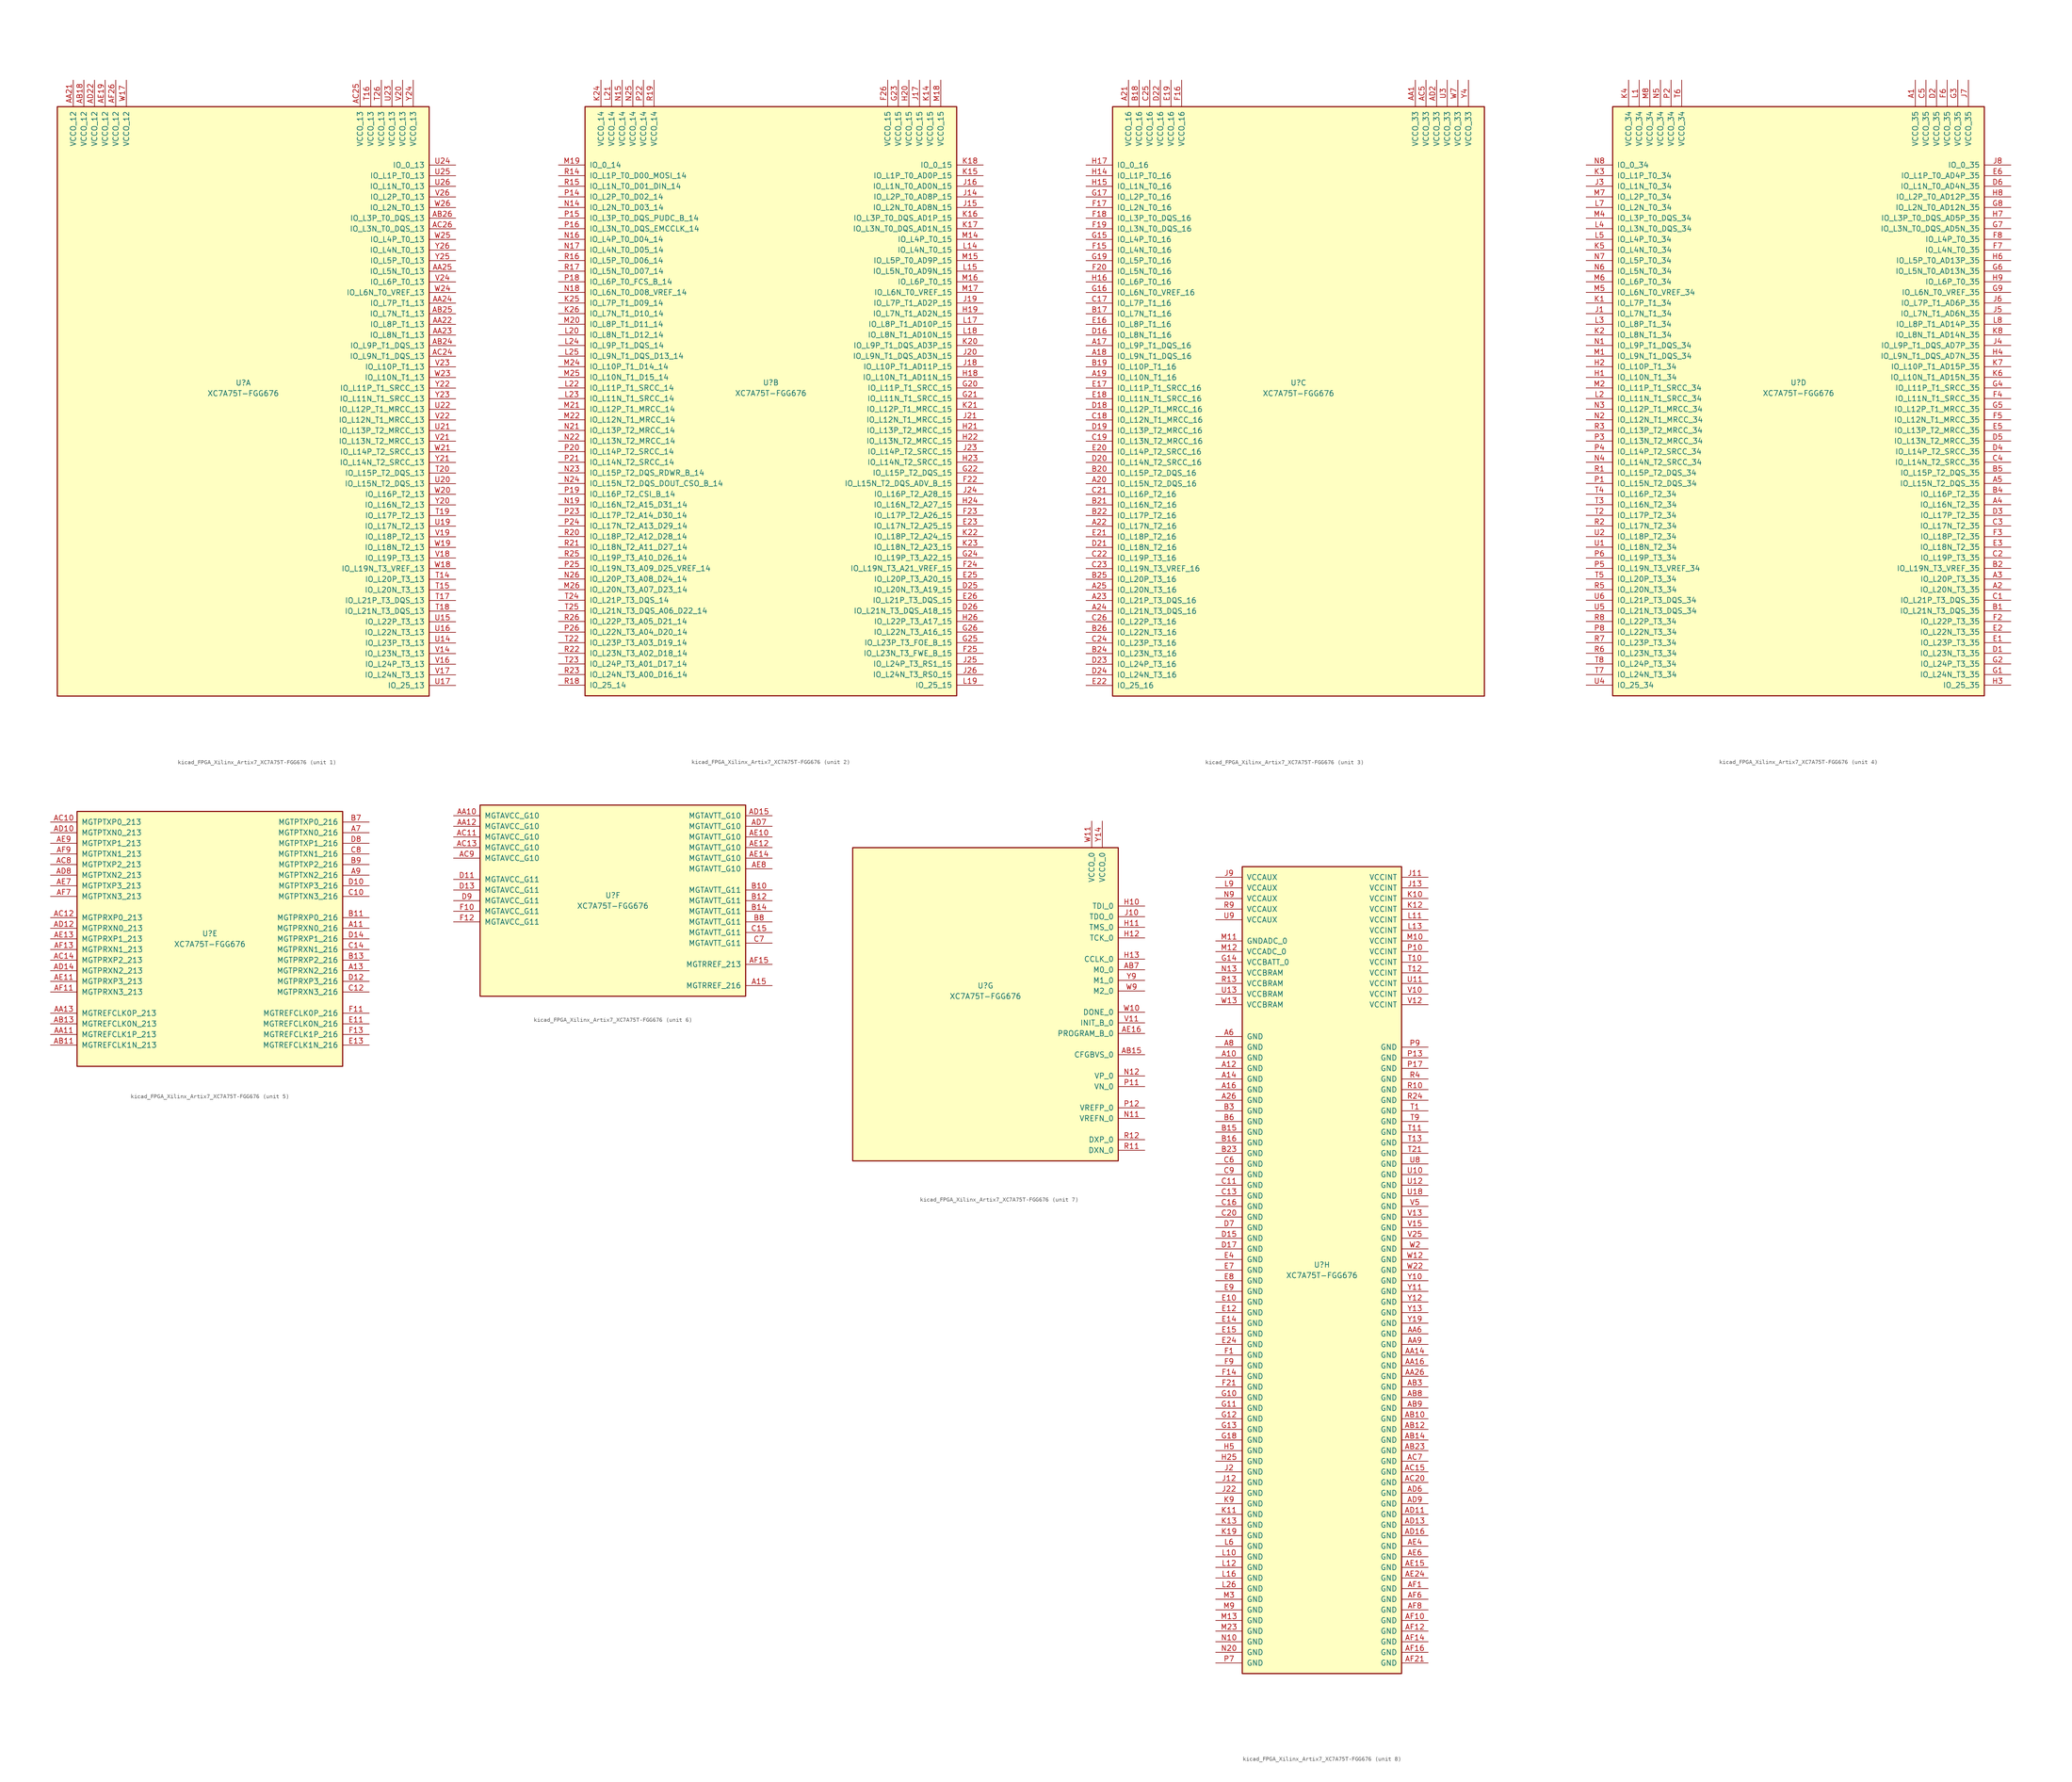
<source format=kicad_sym>
(kicad_symbol_lib
  (version 20220914)
  (generator kicad_symbol_editor)
  (symbol "kicad_FPGA_Xilinx_Artix7_XC7A75T-FGG676"
    (pin_names
      (offset 1.016))
    (property "Reference" "U"
      (at 0 1.27 0)
      (effects (font (size 1.27 1.27))))
    (property "Value" "XC7A75T-FGG676"
      (at 0 -1.27 0)
      (effects (font (size 1.27 1.27))))
    (property "Datasheet" ""
      (at 0 0 0)
      (effects (font (size 1.27 1.27))))
    (property "ki_locked" ""
      (at 0 0 0)
      (effects (font (size 1.27 1.27))))
    (symbol "kicad_FPGA_Xilinx_Artix7_XC7A75T-FGG676_1_1"
      (rectangle (start -44.45 67.31) (end 44.45 -73.66) (stroke (width 0.254) (type default)) (fill (type background)))
      (pin power_in line (at -40.64 73.66 270) (length 6.35) (name "VCCO_12" (effects (font (size 1.27 1.27)))) (number "AA21" (effects (font (size 1.27 1.27)))))
      (pin bidirectional line (at 50.8 15.24 180) (length 6.35) (name "IO_L8P_T1_13" (effects (font (size 1.27 1.27)))) (number "AA22" (effects (font (size 1.27 1.27)))))
      (pin bidirectional line (at 50.8 12.7 180) (length 6.35) (name "IO_L8N_T1_13" (effects (font (size 1.27 1.27)))) (number "AA23" (effects (font (size 1.27 1.27)))))
      (pin bidirectional line (at 50.8 20.32 180) (length 6.35) (name "IO_L7P_T1_13" (effects (font (size 1.27 1.27)))) (number "AA24" (effects (font (size 1.27 1.27)))))
      (pin bidirectional line (at 50.8 27.94 180) (length 6.35) (name "IO_L5N_T0_13" (effects (font (size 1.27 1.27)))) (number "AA25" (effects (font (size 1.27 1.27)))))
      (pin power_in line (at -38.1 73.66 270) (length 6.35) (name "VCCO_12" (effects (font (size 1.27 1.27)))) (number "AB18" (effects (font (size 1.27 1.27)))))
      (pin bidirectional line (at 50.8 10.16 180) (length 6.35) (name "IO_L9P_T1_DQS_13" (effects (font (size 1.27 1.27)))) (number "AB24" (effects (font (size 1.27 1.27)))))
      (pin bidirectional line (at 50.8 17.78 180) (length 6.35) (name "IO_L7N_T1_13" (effects (font (size 1.27 1.27)))) (number "AB25" (effects (font (size 1.27 1.27)))))
      (pin bidirectional line (at 50.8 40.64 180) (length 6.35) (name "IO_L3P_T0_DQS_13" (effects (font (size 1.27 1.27)))) (number "AB26" (effects (font (size 1.27 1.27)))))
      (pin bidirectional line (at 50.8 7.62 180) (length 6.35) (name "IO_L9N_T1_DQS_13" (effects (font (size 1.27 1.27)))) (number "AC24" (effects (font (size 1.27 1.27)))))
      (pin power_in line (at 27.94 73.66 270) (length 6.35) (name "VCCO_13" (effects (font (size 1.27 1.27)))) (number "AC25" (effects (font (size 1.27 1.27)))))
      (pin bidirectional line (at 50.8 38.1 180) (length 6.35) (name "IO_L3N_T0_DQS_13" (effects (font (size 1.27 1.27)))) (number "AC26" (effects (font (size 1.27 1.27)))))
      (pin power_in line (at -35.56 73.66 270) (length 6.35) (name "VCCO_12" (effects (font (size 1.27 1.27)))) (number "AD22" (effects (font (size 1.27 1.27)))))
      (pin power_in line (at -33.02 73.66 270) (length 6.35) (name "VCCO_12" (effects (font (size 1.27 1.27)))) (number "AE19" (effects (font (size 1.27 1.27)))))
      (pin power_in line (at -30.48 73.66 270) (length 6.35) (name "VCCO_12" (effects (font (size 1.27 1.27)))) (number "AF26" (effects (font (size 1.27 1.27)))))
      (pin bidirectional line (at 50.8 -45.72 180) (length 6.35) (name "IO_L20P_T3_13" (effects (font (size 1.27 1.27)))) (number "T14" (effects (font (size 1.27 1.27)))))
      (pin bidirectional line (at 50.8 -48.26 180) (length 6.35) (name "IO_L20N_T3_13" (effects (font (size 1.27 1.27)))) (number "T15" (effects (font (size 1.27 1.27)))))
      (pin power_in line (at 30.48 73.66 270) (length 6.35) (name "VCCO_13" (effects (font (size 1.27 1.27)))) (number "T16" (effects (font (size 1.27 1.27)))))
      (pin bidirectional line (at 50.8 -50.8 180) (length 6.35) (name "IO_L21P_T3_DQS_13" (effects (font (size 1.27 1.27)))) (number "T17" (effects (font (size 1.27 1.27)))))
      (pin bidirectional line (at 50.8 -53.34 180) (length 6.35) (name "IO_L21N_T3_DQS_13" (effects (font (size 1.27 1.27)))) (number "T18" (effects (font (size 1.27 1.27)))))
      (pin bidirectional line (at 50.8 -30.48 180) (length 6.35) (name "IO_L17P_T2_13" (effects (font (size 1.27 1.27)))) (number "T19" (effects (font (size 1.27 1.27)))))
      (pin bidirectional line (at 50.8 -20.32 180) (length 6.35) (name "IO_L15P_T2_DQS_13" (effects (font (size 1.27 1.27)))) (number "T20" (effects (font (size 1.27 1.27)))))
      (pin power_in line (at 33.02 73.66 270) (length 6.35) (name "VCCO_13" (effects (font (size 1.27 1.27)))) (number "T26" (effects (font (size 1.27 1.27)))))
      (pin bidirectional line (at 50.8 -60.96 180) (length 6.35) (name "IO_L23P_T3_13" (effects (font (size 1.27 1.27)))) (number "U14" (effects (font (size 1.27 1.27)))))
      (pin bidirectional line (at 50.8 -55.88 180) (length 6.35) (name "IO_L22P_T3_13" (effects (font (size 1.27 1.27)))) (number "U15" (effects (font (size 1.27 1.27)))))
      (pin bidirectional line (at 50.8 -58.42 180) (length 6.35) (name "IO_L22N_T3_13" (effects (font (size 1.27 1.27)))) (number "U16" (effects (font (size 1.27 1.27)))))
      (pin bidirectional line (at 50.8 -71.12 180) (length 6.35) (name "IO_25_13" (effects (font (size 1.27 1.27)))) (number "U17" (effects (font (size 1.27 1.27)))))
      (pin bidirectional line (at 50.8 -33.02 180) (length 6.35) (name "IO_L17N_T2_13" (effects (font (size 1.27 1.27)))) (number "U19" (effects (font (size 1.27 1.27)))))
      (pin bidirectional line (at 50.8 -22.86 180) (length 6.35) (name "IO_L15N_T2_DQS_13" (effects (font (size 1.27 1.27)))) (number "U20" (effects (font (size 1.27 1.27)))))
      (pin bidirectional line (at 50.8 -10.16 180) (length 6.35) (name "IO_L13P_T2_MRCC_13" (effects (font (size 1.27 1.27)))) (number "U21" (effects (font (size 1.27 1.27)))))
      (pin bidirectional line (at 50.8 -5.08 180) (length 6.35) (name "IO_L12P_T1_MRCC_13" (effects (font (size 1.27 1.27)))) (number "U22" (effects (font (size 1.27 1.27)))))
      (pin power_in line (at 35.56 73.66 270) (length 6.35) (name "VCCO_13" (effects (font (size 1.27 1.27)))) (number "U23" (effects (font (size 1.27 1.27)))))
      (pin bidirectional line (at 50.8 53.34 180) (length 6.35) (name "IO_0_13" (effects (font (size 1.27 1.27)))) (number "U24" (effects (font (size 1.27 1.27)))))
      (pin bidirectional line (at 50.8 50.8 180) (length 6.35) (name "IO_L1P_T0_13" (effects (font (size 1.27 1.27)))) (number "U25" (effects (font (size 1.27 1.27)))))
      (pin bidirectional line (at 50.8 48.26 180) (length 6.35) (name "IO_L1N_T0_13" (effects (font (size 1.27 1.27)))) (number "U26" (effects (font (size 1.27 1.27)))))
      (pin bidirectional line (at 50.8 -63.5 180) (length 6.35) (name "IO_L23N_T3_13" (effects (font (size 1.27 1.27)))) (number "V14" (effects (font (size 1.27 1.27)))))
      (pin bidirectional line (at 50.8 -66.04 180) (length 6.35) (name "IO_L24P_T3_13" (effects (font (size 1.27 1.27)))) (number "V16" (effects (font (size 1.27 1.27)))))
      (pin bidirectional line (at 50.8 -68.58 180) (length 6.35) (name "IO_L24N_T3_13" (effects (font (size 1.27 1.27)))) (number "V17" (effects (font (size 1.27 1.27)))))
      (pin bidirectional line (at 50.8 -40.64 180) (length 6.35) (name "IO_L19P_T3_13" (effects (font (size 1.27 1.27)))) (number "V18" (effects (font (size 1.27 1.27)))))
      (pin bidirectional line (at 50.8 -35.56 180) (length 6.35) (name "IO_L18P_T2_13" (effects (font (size 1.27 1.27)))) (number "V19" (effects (font (size 1.27 1.27)))))
      (pin power_in line (at 38.1 73.66 270) (length 6.35) (name "VCCO_13" (effects (font (size 1.27 1.27)))) (number "V20" (effects (font (size 1.27 1.27)))))
      (pin bidirectional line (at 50.8 -12.7 180) (length 6.35) (name "IO_L13N_T2_MRCC_13" (effects (font (size 1.27 1.27)))) (number "V21" (effects (font (size 1.27 1.27)))))
      (pin bidirectional line (at 50.8 -7.62 180) (length 6.35) (name "IO_L12N_T1_MRCC_13" (effects (font (size 1.27 1.27)))) (number "V22" (effects (font (size 1.27 1.27)))))
      (pin bidirectional line (at 50.8 5.08 180) (length 6.35) (name "IO_L10P_T1_13" (effects (font (size 1.27 1.27)))) (number "V23" (effects (font (size 1.27 1.27)))))
      (pin bidirectional line (at 50.8 25.4 180) (length 6.35) (name "IO_L6P_T0_13" (effects (font (size 1.27 1.27)))) (number "V24" (effects (font (size 1.27 1.27)))))
      (pin bidirectional line (at 50.8 45.72 180) (length 6.35) (name "IO_L2P_T0_13" (effects (font (size 1.27 1.27)))) (number "V26" (effects (font (size 1.27 1.27)))))
      (pin power_in line (at -27.94 73.66 270) (length 6.35) (name "VCCO_12" (effects (font (size 1.27 1.27)))) (number "W17" (effects (font (size 1.27 1.27)))))
      (pin bidirectional line (at 50.8 -43.18 180) (length 6.35) (name "IO_L19N_T3_VREF_13" (effects (font (size 1.27 1.27)))) (number "W18" (effects (font (size 1.27 1.27)))))
      (pin bidirectional line (at 50.8 -38.1 180) (length 6.35) (name "IO_L18N_T2_13" (effects (font (size 1.27 1.27)))) (number "W19" (effects (font (size 1.27 1.27)))))
      (pin bidirectional line (at 50.8 -25.4 180) (length 6.35) (name "IO_L16P_T2_13" (effects (font (size 1.27 1.27)))) (number "W20" (effects (font (size 1.27 1.27)))))
      (pin bidirectional line (at 50.8 -15.24 180) (length 6.35) (name "IO_L14P_T2_SRCC_13" (effects (font (size 1.27 1.27)))) (number "W21" (effects (font (size 1.27 1.27)))))
      (pin bidirectional line (at 50.8 2.54 180) (length 6.35) (name "IO_L10N_T1_13" (effects (font (size 1.27 1.27)))) (number "W23" (effects (font (size 1.27 1.27)))))
      (pin bidirectional line (at 50.8 22.86 180) (length 6.35) (name "IO_L6N_T0_VREF_13" (effects (font (size 1.27 1.27)))) (number "W24" (effects (font (size 1.27 1.27)))))
      (pin bidirectional line (at 50.8 35.56 180) (length 6.35) (name "IO_L4P_T0_13" (effects (font (size 1.27 1.27)))) (number "W25" (effects (font (size 1.27 1.27)))))
      (pin bidirectional line (at 50.8 43.18 180) (length 6.35) (name "IO_L2N_T0_13" (effects (font (size 1.27 1.27)))) (number "W26" (effects (font (size 1.27 1.27)))))
      (pin bidirectional line (at 50.8 -27.94 180) (length 6.35) (name "IO_L16N_T2_13" (effects (font (size 1.27 1.27)))) (number "Y20" (effects (font (size 1.27 1.27)))))
      (pin bidirectional line (at 50.8 -17.78 180) (length 6.35) (name "IO_L14N_T2_SRCC_13" (effects (font (size 1.27 1.27)))) (number "Y21" (effects (font (size 1.27 1.27)))))
      (pin bidirectional line (at 50.8 0 180) (length 6.35) (name "IO_L11P_T1_SRCC_13" (effects (font (size 1.27 1.27)))) (number "Y22" (effects (font (size 1.27 1.27)))))
      (pin bidirectional line (at 50.8 -2.54 180) (length 6.35) (name "IO_L11N_T1_SRCC_13" (effects (font (size 1.27 1.27)))) (number "Y23" (effects (font (size 1.27 1.27)))))
      (pin power_in line (at 40.64 73.66 270) (length 6.35) (name "VCCO_13" (effects (font (size 1.27 1.27)))) (number "Y24" (effects (font (size 1.27 1.27)))))
      (pin bidirectional line (at 50.8 30.48 180) (length 6.35) (name "IO_L5P_T0_13" (effects (font (size 1.27 1.27)))) (number "Y25" (effects (font (size 1.27 1.27)))))
      (pin bidirectional line (at 50.8 33.02 180) (length 6.35) (name "IO_L4N_T0_13" (effects (font (size 1.27 1.27)))) (number "Y26" (effects (font (size 1.27 1.27))))))
    (symbol "kicad_FPGA_Xilinx_Artix7_XC7A75T-FGG676_2_1"
      (rectangle (start -44.45 67.31) (end 44.45 -73.66) (stroke (width 0.254) (type default)) (fill (type background)))
      (pin bidirectional line (at 50.8 -48.26 180) (length 6.35) (name "IO_L20N_T3_A19_15" (effects (font (size 1.27 1.27)))) (number "D25" (effects (font (size 1.27 1.27)))))
      (pin bidirectional line (at 50.8 -53.34 180) (length 6.35) (name "IO_L21N_T3_DQS_A18_15" (effects (font (size 1.27 1.27)))) (number "D26" (effects (font (size 1.27 1.27)))))
      (pin bidirectional line (at 50.8 -33.02 180) (length 6.35) (name "IO_L17N_T2_A25_15" (effects (font (size 1.27 1.27)))) (number "E23" (effects (font (size 1.27 1.27)))))
      (pin bidirectional line (at 50.8 -45.72 180) (length 6.35) (name "IO_L20P_T3_A20_15" (effects (font (size 1.27 1.27)))) (number "E25" (effects (font (size 1.27 1.27)))))
      (pin bidirectional line (at 50.8 -50.8 180) (length 6.35) (name "IO_L21P_T3_DQS_15" (effects (font (size 1.27 1.27)))) (number "E26" (effects (font (size 1.27 1.27)))))
      (pin bidirectional line (at 50.8 -22.86 180) (length 6.35) (name "IO_L15N_T2_DQS_ADV_B_15" (effects (font (size 1.27 1.27)))) (number "F22" (effects (font (size 1.27 1.27)))))
      (pin bidirectional line (at 50.8 -30.48 180) (length 6.35) (name "IO_L17P_T2_A26_15" (effects (font (size 1.27 1.27)))) (number "F23" (effects (font (size 1.27 1.27)))))
      (pin bidirectional line (at 50.8 -43.18 180) (length 6.35) (name "IO_L19N_T3_A21_VREF_15" (effects (font (size 1.27 1.27)))) (number "F24" (effects (font (size 1.27 1.27)))))
      (pin bidirectional line (at 50.8 -63.5 180) (length 6.35) (name "IO_L23N_T3_FWE_B_15" (effects (font (size 1.27 1.27)))) (number "F25" (effects (font (size 1.27 1.27)))))
      (pin power_in line (at 27.94 73.66 270) (length 6.35) (name "VCCO_15" (effects (font (size 1.27 1.27)))) (number "F26" (effects (font (size 1.27 1.27)))))
      (pin bidirectional line (at 50.8 0 180) (length 6.35) (name "IO_L11P_T1_SRCC_15" (effects (font (size 1.27 1.27)))) (number "G20" (effects (font (size 1.27 1.27)))))
      (pin bidirectional line (at 50.8 -2.54 180) (length 6.35) (name "IO_L11N_T1_SRCC_15" (effects (font (size 1.27 1.27)))) (number "G21" (effects (font (size 1.27 1.27)))))
      (pin bidirectional line (at 50.8 -20.32 180) (length 6.35) (name "IO_L15P_T2_DQS_15" (effects (font (size 1.27 1.27)))) (number "G22" (effects (font (size 1.27 1.27)))))
      (pin power_in line (at 30.48 73.66 270) (length 6.35) (name "VCCO_15" (effects (font (size 1.27 1.27)))) (number "G23" (effects (font (size 1.27 1.27)))))
      (pin bidirectional line (at 50.8 -40.64 180) (length 6.35) (name "IO_L19P_T3_A22_15" (effects (font (size 1.27 1.27)))) (number "G24" (effects (font (size 1.27 1.27)))))
      (pin bidirectional line (at 50.8 -60.96 180) (length 6.35) (name "IO_L23P_T3_FOE_B_15" (effects (font (size 1.27 1.27)))) (number "G25" (effects (font (size 1.27 1.27)))))
      (pin bidirectional line (at 50.8 -58.42 180) (length 6.35) (name "IO_L22N_T3_A16_15" (effects (font (size 1.27 1.27)))) (number "G26" (effects (font (size 1.27 1.27)))))
      (pin bidirectional line (at 50.8 2.54 180) (length 6.35) (name "IO_L10N_T1_AD11N_15" (effects (font (size 1.27 1.27)))) (number "H18" (effects (font (size 1.27 1.27)))))
      (pin bidirectional line (at 50.8 17.78 180) (length 6.35) (name "IO_L7N_T1_AD2N_15" (effects (font (size 1.27 1.27)))) (number "H19" (effects (font (size 1.27 1.27)))))
      (pin power_in line (at 33.02 73.66 270) (length 6.35) (name "VCCO_15" (effects (font (size 1.27 1.27)))) (number "H20" (effects (font (size 1.27 1.27)))))
      (pin bidirectional line (at 50.8 -10.16 180) (length 6.35) (name "IO_L13P_T2_MRCC_15" (effects (font (size 1.27 1.27)))) (number "H21" (effects (font (size 1.27 1.27)))))
      (pin bidirectional line (at 50.8 -12.7 180) (length 6.35) (name "IO_L13N_T2_MRCC_15" (effects (font (size 1.27 1.27)))) (number "H22" (effects (font (size 1.27 1.27)))))
      (pin bidirectional line (at 50.8 -17.78 180) (length 6.35) (name "IO_L14N_T2_SRCC_15" (effects (font (size 1.27 1.27)))) (number "H23" (effects (font (size 1.27 1.27)))))
      (pin bidirectional line (at 50.8 -27.94 180) (length 6.35) (name "IO_L16N_T2_A27_15" (effects (font (size 1.27 1.27)))) (number "H24" (effects (font (size 1.27 1.27)))))
      (pin bidirectional line (at 50.8 -55.88 180) (length 6.35) (name "IO_L22P_T3_A17_15" (effects (font (size 1.27 1.27)))) (number "H26" (effects (font (size 1.27 1.27)))))
      (pin bidirectional line (at 50.8 45.72 180) (length 6.35) (name "IO_L2P_T0_AD8P_15" (effects (font (size 1.27 1.27)))) (number "J14" (effects (font (size 1.27 1.27)))))
      (pin bidirectional line (at 50.8 43.18 180) (length 6.35) (name "IO_L2N_T0_AD8N_15" (effects (font (size 1.27 1.27)))) (number "J15" (effects (font (size 1.27 1.27)))))
      (pin bidirectional line (at 50.8 48.26 180) (length 6.35) (name "IO_L1N_T0_AD0N_15" (effects (font (size 1.27 1.27)))) (number "J16" (effects (font (size 1.27 1.27)))))
      (pin power_in line (at 35.56 73.66 270) (length 6.35) (name "VCCO_15" (effects (font (size 1.27 1.27)))) (number "J17" (effects (font (size 1.27 1.27)))))
      (pin bidirectional line (at 50.8 5.08 180) (length 6.35) (name "IO_L10P_T1_AD11P_15" (effects (font (size 1.27 1.27)))) (number "J18" (effects (font (size 1.27 1.27)))))
      (pin bidirectional line (at 50.8 20.32 180) (length 6.35) (name "IO_L7P_T1_AD2P_15" (effects (font (size 1.27 1.27)))) (number "J19" (effects (font (size 1.27 1.27)))))
      (pin bidirectional line (at 50.8 7.62 180) (length 6.35) (name "IO_L9N_T1_DQS_AD3N_15" (effects (font (size 1.27 1.27)))) (number "J20" (effects (font (size 1.27 1.27)))))
      (pin bidirectional line (at 50.8 -7.62 180) (length 6.35) (name "IO_L12N_T1_MRCC_15" (effects (font (size 1.27 1.27)))) (number "J21" (effects (font (size 1.27 1.27)))))
      (pin bidirectional line (at 50.8 -15.24 180) (length 6.35) (name "IO_L14P_T2_SRCC_15" (effects (font (size 1.27 1.27)))) (number "J23" (effects (font (size 1.27 1.27)))))
      (pin bidirectional line (at 50.8 -25.4 180) (length 6.35) (name "IO_L16P_T2_A28_15" (effects (font (size 1.27 1.27)))) (number "J24" (effects (font (size 1.27 1.27)))))
      (pin bidirectional line (at 50.8 -66.04 180) (length 6.35) (name "IO_L24P_T3_RS1_15" (effects (font (size 1.27 1.27)))) (number "J25" (effects (font (size 1.27 1.27)))))
      (pin bidirectional line (at 50.8 -68.58 180) (length 6.35) (name "IO_L24N_T3_RS0_15" (effects (font (size 1.27 1.27)))) (number "J26" (effects (font (size 1.27 1.27)))))
      (pin power_in line (at 38.1 73.66 270) (length 6.35) (name "VCCO_15" (effects (font (size 1.27 1.27)))) (number "K14" (effects (font (size 1.27 1.27)))))
      (pin bidirectional line (at 50.8 50.8 180) (length 6.35) (name "IO_L1P_T0_AD0P_15" (effects (font (size 1.27 1.27)))) (number "K15" (effects (font (size 1.27 1.27)))))
      (pin bidirectional line (at 50.8 40.64 180) (length 6.35) (name "IO_L3P_T0_DQS_AD1P_15" (effects (font (size 1.27 1.27)))) (number "K16" (effects (font (size 1.27 1.27)))))
      (pin bidirectional line (at 50.8 38.1 180) (length 6.35) (name "IO_L3N_T0_DQS_AD1N_15" (effects (font (size 1.27 1.27)))) (number "K17" (effects (font (size 1.27 1.27)))))
      (pin bidirectional line (at 50.8 53.34 180) (length 6.35) (name "IO_0_15" (effects (font (size 1.27 1.27)))) (number "K18" (effects (font (size 1.27 1.27)))))
      (pin bidirectional line (at 50.8 10.16 180) (length 6.35) (name "IO_L9P_T1_DQS_AD3P_15" (effects (font (size 1.27 1.27)))) (number "K20" (effects (font (size 1.27 1.27)))))
      (pin bidirectional line (at 50.8 -5.08 180) (length 6.35) (name "IO_L12P_T1_MRCC_15" (effects (font (size 1.27 1.27)))) (number "K21" (effects (font (size 1.27 1.27)))))
      (pin bidirectional line (at 50.8 -35.56 180) (length 6.35) (name "IO_L18P_T2_A24_15" (effects (font (size 1.27 1.27)))) (number "K22" (effects (font (size 1.27 1.27)))))
      (pin bidirectional line (at 50.8 -38.1 180) (length 6.35) (name "IO_L18N_T2_A23_15" (effects (font (size 1.27 1.27)))) (number "K23" (effects (font (size 1.27 1.27)))))
      (pin power_in line (at -40.64 73.66 270) (length 6.35) (name "VCCO_14" (effects (font (size 1.27 1.27)))) (number "K24" (effects (font (size 1.27 1.27)))))
      (pin bidirectional line (at -50.8 20.32 0) (length 6.35) (name "IO_L7P_T1_D09_14" (effects (font (size 1.27 1.27)))) (number "K25" (effects (font (size 1.27 1.27)))))
      (pin bidirectional line (at -50.8 17.78 0) (length 6.35) (name "IO_L7N_T1_D10_14" (effects (font (size 1.27 1.27)))) (number "K26" (effects (font (size 1.27 1.27)))))
      (pin bidirectional line (at 50.8 33.02 180) (length 6.35) (name "IO_L4N_T0_15" (effects (font (size 1.27 1.27)))) (number "L14" (effects (font (size 1.27 1.27)))))
      (pin bidirectional line (at 50.8 27.94 180) (length 6.35) (name "IO_L5N_T0_AD9N_15" (effects (font (size 1.27 1.27)))) (number "L15" (effects (font (size 1.27 1.27)))))
      (pin bidirectional line (at 50.8 15.24 180) (length 6.35) (name "IO_L8P_T1_AD10P_15" (effects (font (size 1.27 1.27)))) (number "L17" (effects (font (size 1.27 1.27)))))
      (pin bidirectional line (at 50.8 12.7 180) (length 6.35) (name "IO_L8N_T1_AD10N_15" (effects (font (size 1.27 1.27)))) (number "L18" (effects (font (size 1.27 1.27)))))
      (pin bidirectional line (at 50.8 -71.12 180) (length 6.35) (name "IO_25_15" (effects (font (size 1.27 1.27)))) (number "L19" (effects (font (size 1.27 1.27)))))
      (pin bidirectional line (at -50.8 12.7 0) (length 6.35) (name "IO_L8N_T1_D12_14" (effects (font (size 1.27 1.27)))) (number "L20" (effects (font (size 1.27 1.27)))))
      (pin power_in line (at -38.1 73.66 270) (length 6.35) (name "VCCO_14" (effects (font (size 1.27 1.27)))) (number "L21" (effects (font (size 1.27 1.27)))))
      (pin bidirectional line (at -50.8 0 0) (length 6.35) (name "IO_L11P_T1_SRCC_14" (effects (font (size 1.27 1.27)))) (number "L22" (effects (font (size 1.27 1.27)))))
      (pin bidirectional line (at -50.8 -2.54 0) (length 6.35) (name "IO_L11N_T1_SRCC_14" (effects (font (size 1.27 1.27)))) (number "L23" (effects (font (size 1.27 1.27)))))
      (pin bidirectional line (at -50.8 10.16 0) (length 6.35) (name "IO_L9P_T1_DQS_14" (effects (font (size 1.27 1.27)))) (number "L24" (effects (font (size 1.27 1.27)))))
      (pin bidirectional line (at -50.8 7.62 0) (length 6.35) (name "IO_L9N_T1_DQS_D13_14" (effects (font (size 1.27 1.27)))) (number "L25" (effects (font (size 1.27 1.27)))))
      (pin bidirectional line (at 50.8 35.56 180) (length 6.35) (name "IO_L4P_T0_15" (effects (font (size 1.27 1.27)))) (number "M14" (effects (font (size 1.27 1.27)))))
      (pin bidirectional line (at 50.8 30.48 180) (length 6.35) (name "IO_L5P_T0_AD9P_15" (effects (font (size 1.27 1.27)))) (number "M15" (effects (font (size 1.27 1.27)))))
      (pin bidirectional line (at 50.8 25.4 180) (length 6.35) (name "IO_L6P_T0_15" (effects (font (size 1.27 1.27)))) (number "M16" (effects (font (size 1.27 1.27)))))
      (pin bidirectional line (at 50.8 22.86 180) (length 6.35) (name "IO_L6N_T0_VREF_15" (effects (font (size 1.27 1.27)))) (number "M17" (effects (font (size 1.27 1.27)))))
      (pin power_in line (at 40.64 73.66 270) (length 6.35) (name "VCCO_15" (effects (font (size 1.27 1.27)))) (number "M18" (effects (font (size 1.27 1.27)))))
      (pin bidirectional line (at -50.8 53.34 0) (length 6.35) (name "IO_0_14" (effects (font (size 1.27 1.27)))) (number "M19" (effects (font (size 1.27 1.27)))))
      (pin bidirectional line (at -50.8 15.24 0) (length 6.35) (name "IO_L8P_T1_D11_14" (effects (font (size 1.27 1.27)))) (number "M20" (effects (font (size 1.27 1.27)))))
      (pin bidirectional line (at -50.8 -5.08 0) (length 6.35) (name "IO_L12P_T1_MRCC_14" (effects (font (size 1.27 1.27)))) (number "M21" (effects (font (size 1.27 1.27)))))
      (pin bidirectional line (at -50.8 -7.62 0) (length 6.35) (name "IO_L12N_T1_MRCC_14" (effects (font (size 1.27 1.27)))) (number "M22" (effects (font (size 1.27 1.27)))))
      (pin bidirectional line (at -50.8 5.08 0) (length 6.35) (name "IO_L10P_T1_D14_14" (effects (font (size 1.27 1.27)))) (number "M24" (effects (font (size 1.27 1.27)))))
      (pin bidirectional line (at -50.8 2.54 0) (length 6.35) (name "IO_L10N_T1_D15_14" (effects (font (size 1.27 1.27)))) (number "M25" (effects (font (size 1.27 1.27)))))
      (pin bidirectional line (at -50.8 -48.26 0) (length 6.35) (name "IO_L20N_T3_A07_D23_14" (effects (font (size 1.27 1.27)))) (number "M26" (effects (font (size 1.27 1.27)))))
      (pin bidirectional line (at -50.8 43.18 0) (length 6.35) (name "IO_L2N_T0_D03_14" (effects (font (size 1.27 1.27)))) (number "N14" (effects (font (size 1.27 1.27)))))
      (pin power_in line (at -35.56 73.66 270) (length 6.35) (name "VCCO_14" (effects (font (size 1.27 1.27)))) (number "N15" (effects (font (size 1.27 1.27)))))
      (pin bidirectional line (at -50.8 35.56 0) (length 6.35) (name "IO_L4P_T0_D04_14" (effects (font (size 1.27 1.27)))) (number "N16" (effects (font (size 1.27 1.27)))))
      (pin bidirectional line (at -50.8 33.02 0) (length 6.35) (name "IO_L4N_T0_D05_14" (effects (font (size 1.27 1.27)))) (number "N17" (effects (font (size 1.27 1.27)))))
      (pin bidirectional line (at -50.8 22.86 0) (length 6.35) (name "IO_L6N_T0_D08_VREF_14" (effects (font (size 1.27 1.27)))) (number "N18" (effects (font (size 1.27 1.27)))))
      (pin bidirectional line (at -50.8 -27.94 0) (length 6.35) (name "IO_L16N_T2_A15_D31_14" (effects (font (size 1.27 1.27)))) (number "N19" (effects (font (size 1.27 1.27)))))
      (pin bidirectional line (at -50.8 -10.16 0) (length 6.35) (name "IO_L13P_T2_MRCC_14" (effects (font (size 1.27 1.27)))) (number "N21" (effects (font (size 1.27 1.27)))))
      (pin bidirectional line (at -50.8 -12.7 0) (length 6.35) (name "IO_L13N_T2_MRCC_14" (effects (font (size 1.27 1.27)))) (number "N22" (effects (font (size 1.27 1.27)))))
      (pin bidirectional line (at -50.8 -20.32 0) (length 6.35) (name "IO_L15P_T2_DQS_RDWR_B_14" (effects (font (size 1.27 1.27)))) (number "N23" (effects (font (size 1.27 1.27)))))
      (pin bidirectional line (at -50.8 -22.86 0) (length 6.35) (name "IO_L15N_T2_DQS_DOUT_CSO_B_14" (effects (font (size 1.27 1.27)))) (number "N24" (effects (font (size 1.27 1.27)))))
      (pin power_in line (at -33.02 73.66 270) (length 6.35) (name "VCCO_14" (effects (font (size 1.27 1.27)))) (number "N25" (effects (font (size 1.27 1.27)))))
      (pin bidirectional line (at -50.8 -45.72 0) (length 6.35) (name "IO_L20P_T3_A08_D24_14" (effects (font (size 1.27 1.27)))) (number "N26" (effects (font (size 1.27 1.27)))))
      (pin bidirectional line (at -50.8 45.72 0) (length 6.35) (name "IO_L2P_T0_D02_14" (effects (font (size 1.27 1.27)))) (number "P14" (effects (font (size 1.27 1.27)))))
      (pin bidirectional line (at -50.8 40.64 0) (length 6.35) (name "IO_L3P_T0_DQS_PUDC_B_14" (effects (font (size 1.27 1.27)))) (number "P15" (effects (font (size 1.27 1.27)))))
      (pin bidirectional line (at -50.8 38.1 0) (length 6.35) (name "IO_L3N_T0_DQS_EMCCLK_14" (effects (font (size 1.27 1.27)))) (number "P16" (effects (font (size 1.27 1.27)))))
      (pin bidirectional line (at -50.8 25.4 0) (length 6.35) (name "IO_L6P_T0_FCS_B_14" (effects (font (size 1.27 1.27)))) (number "P18" (effects (font (size 1.27 1.27)))))
      (pin bidirectional line (at -50.8 -25.4 0) (length 6.35) (name "IO_L16P_T2_CSI_B_14" (effects (font (size 1.27 1.27)))) (number "P19" (effects (font (size 1.27 1.27)))))
      (pin bidirectional line (at -50.8 -15.24 0) (length 6.35) (name "IO_L14P_T2_SRCC_14" (effects (font (size 1.27 1.27)))) (number "P20" (effects (font (size 1.27 1.27)))))
      (pin bidirectional line (at -50.8 -17.78 0) (length 6.35) (name "IO_L14N_T2_SRCC_14" (effects (font (size 1.27 1.27)))) (number "P21" (effects (font (size 1.27 1.27)))))
      (pin power_in line (at -30.48 73.66 270) (length 6.35) (name "VCCO_14" (effects (font (size 1.27 1.27)))) (number "P22" (effects (font (size 1.27 1.27)))))
      (pin bidirectional line (at -50.8 -30.48 0) (length 6.35) (name "IO_L17P_T2_A14_D30_14" (effects (font (size 1.27 1.27)))) (number "P23" (effects (font (size 1.27 1.27)))))
      (pin bidirectional line (at -50.8 -33.02 0) (length 6.35) (name "IO_L17N_T2_A13_D29_14" (effects (font (size 1.27 1.27)))) (number "P24" (effects (font (size 1.27 1.27)))))
      (pin bidirectional line (at -50.8 -43.18 0) (length 6.35) (name "IO_L19N_T3_A09_D25_VREF_14" (effects (font (size 1.27 1.27)))) (number "P25" (effects (font (size 1.27 1.27)))))
      (pin bidirectional line (at -50.8 -58.42 0) (length 6.35) (name "IO_L22N_T3_A04_D20_14" (effects (font (size 1.27 1.27)))) (number "P26" (effects (font (size 1.27 1.27)))))
      (pin bidirectional line (at -50.8 50.8 0) (length 6.35) (name "IO_L1P_T0_D00_MOSI_14" (effects (font (size 1.27 1.27)))) (number "R14" (effects (font (size 1.27 1.27)))))
      (pin bidirectional line (at -50.8 48.26 0) (length 6.35) (name "IO_L1N_T0_D01_DIN_14" (effects (font (size 1.27 1.27)))) (number "R15" (effects (font (size 1.27 1.27)))))
      (pin bidirectional line (at -50.8 30.48 0) (length 6.35) (name "IO_L5P_T0_D06_14" (effects (font (size 1.27 1.27)))) (number "R16" (effects (font (size 1.27 1.27)))))
      (pin bidirectional line (at -50.8 27.94 0) (length 6.35) (name "IO_L5N_T0_D07_14" (effects (font (size 1.27 1.27)))) (number "R17" (effects (font (size 1.27 1.27)))))
      (pin bidirectional line (at -50.8 -71.12 0) (length 6.35) (name "IO_25_14" (effects (font (size 1.27 1.27)))) (number "R18" (effects (font (size 1.27 1.27)))))
      (pin power_in line (at -27.94 73.66 270) (length 6.35) (name "VCCO_14" (effects (font (size 1.27 1.27)))) (number "R19" (effects (font (size 1.27 1.27)))))
      (pin bidirectional line (at -50.8 -35.56 0) (length 6.35) (name "IO_L18P_T2_A12_D28_14" (effects (font (size 1.27 1.27)))) (number "R20" (effects (font (size 1.27 1.27)))))
      (pin bidirectional line (at -50.8 -38.1 0) (length 6.35) (name "IO_L18N_T2_A11_D27_14" (effects (font (size 1.27 1.27)))) (number "R21" (effects (font (size 1.27 1.27)))))
      (pin bidirectional line (at -50.8 -63.5 0) (length 6.35) (name "IO_L23N_T3_A02_D18_14" (effects (font (size 1.27 1.27)))) (number "R22" (effects (font (size 1.27 1.27)))))
      (pin bidirectional line (at -50.8 -68.58 0) (length 6.35) (name "IO_L24N_T3_A00_D16_14" (effects (font (size 1.27 1.27)))) (number "R23" (effects (font (size 1.27 1.27)))))
      (pin bidirectional line (at -50.8 -40.64 0) (length 6.35) (name "IO_L19P_T3_A10_D26_14" (effects (font (size 1.27 1.27)))) (number "R25" (effects (font (size 1.27 1.27)))))
      (pin bidirectional line (at -50.8 -55.88 0) (length 6.35) (name "IO_L22P_T3_A05_D21_14" (effects (font (size 1.27 1.27)))) (number "R26" (effects (font (size 1.27 1.27)))))
      (pin bidirectional line (at -50.8 -60.96 0) (length 6.35) (name "IO_L23P_T3_A03_D19_14" (effects (font (size 1.27 1.27)))) (number "T22" (effects (font (size 1.27 1.27)))))
      (pin bidirectional line (at -50.8 -66.04 0) (length 6.35) (name "IO_L24P_T3_A01_D17_14" (effects (font (size 1.27 1.27)))) (number "T23" (effects (font (size 1.27 1.27)))))
      (pin bidirectional line (at -50.8 -50.8 0) (length 6.35) (name "IO_L21P_T3_DQS_14" (effects (font (size 1.27 1.27)))) (number "T24" (effects (font (size 1.27 1.27)))))
      (pin bidirectional line (at -50.8 -53.34 0) (length 6.35) (name "IO_L21N_T3_DQS_A06_D22_14" (effects (font (size 1.27 1.27)))) (number "T25" (effects (font (size 1.27 1.27))))))
    (symbol "kicad_FPGA_Xilinx_Artix7_XC7A75T-FGG676_3_1"
      (rectangle (start -44.45 67.31) (end 44.45 -73.66) (stroke (width 0.254) (type default)) (fill (type background)))
      (pin bidirectional line (at -50.8 10.16 0) (length 6.35) (name "IO_L9P_T1_DQS_16" (effects (font (size 1.27 1.27)))) (number "A17" (effects (font (size 1.27 1.27)))))
      (pin bidirectional line (at -50.8 7.62 0) (length 6.35) (name "IO_L9N_T1_DQS_16" (effects (font (size 1.27 1.27)))) (number "A18" (effects (font (size 1.27 1.27)))))
      (pin bidirectional line (at -50.8 2.54 0) (length 6.35) (name "IO_L10N_T1_16" (effects (font (size 1.27 1.27)))) (number "A19" (effects (font (size 1.27 1.27)))))
      (pin bidirectional line (at -50.8 -22.86 0) (length 6.35) (name "IO_L15N_T2_DQS_16" (effects (font (size 1.27 1.27)))) (number "A20" (effects (font (size 1.27 1.27)))))
      (pin power_in line (at -40.64 73.66 270) (length 6.35) (name "VCCO_16" (effects (font (size 1.27 1.27)))) (number "A21" (effects (font (size 1.27 1.27)))))
      (pin bidirectional line (at -50.8 -33.02 0) (length 6.35) (name "IO_L17N_T2_16" (effects (font (size 1.27 1.27)))) (number "A22" (effects (font (size 1.27 1.27)))))
      (pin bidirectional line (at -50.8 -50.8 0) (length 6.35) (name "IO_L21P_T3_DQS_16" (effects (font (size 1.27 1.27)))) (number "A23" (effects (font (size 1.27 1.27)))))
      (pin bidirectional line (at -50.8 -53.34 0) (length 6.35) (name "IO_L21N_T3_DQS_16" (effects (font (size 1.27 1.27)))) (number "A24" (effects (font (size 1.27 1.27)))))
      (pin bidirectional line (at -50.8 -48.26 0) (length 6.35) (name "IO_L20N_T3_16" (effects (font (size 1.27 1.27)))) (number "A25" (effects (font (size 1.27 1.27)))))
      (pin power_in line (at 27.94 73.66 270) (length 6.35) (name "VCCO_33" (effects (font (size 1.27 1.27)))) (number "AA1" (effects (font (size 1.27 1.27)))))
      (pin power_in line (at 30.48 73.66 270) (length 6.35) (name "VCCO_33" (effects (font (size 1.27 1.27)))) (number "AC5" (effects (font (size 1.27 1.27)))))
      (pin power_in line (at 33.02 73.66 270) (length 6.35) (name "VCCO_33" (effects (font (size 1.27 1.27)))) (number "AD2" (effects (font (size 1.27 1.27)))))
      (pin bidirectional line (at -50.8 17.78 0) (length 6.35) (name "IO_L7N_T1_16" (effects (font (size 1.27 1.27)))) (number "B17" (effects (font (size 1.27 1.27)))))
      (pin power_in line (at -38.1 73.66 270) (length 6.35) (name "VCCO_16" (effects (font (size 1.27 1.27)))) (number "B18" (effects (font (size 1.27 1.27)))))
      (pin bidirectional line (at -50.8 5.08 0) (length 6.35) (name "IO_L10P_T1_16" (effects (font (size 1.27 1.27)))) (number "B19" (effects (font (size 1.27 1.27)))))
      (pin bidirectional line (at -50.8 -20.32 0) (length 6.35) (name "IO_L15P_T2_DQS_16" (effects (font (size 1.27 1.27)))) (number "B20" (effects (font (size 1.27 1.27)))))
      (pin bidirectional line (at -50.8 -27.94 0) (length 6.35) (name "IO_L16N_T2_16" (effects (font (size 1.27 1.27)))) (number "B21" (effects (font (size 1.27 1.27)))))
      (pin bidirectional line (at -50.8 -30.48 0) (length 6.35) (name "IO_L17P_T2_16" (effects (font (size 1.27 1.27)))) (number "B22" (effects (font (size 1.27 1.27)))))
      (pin bidirectional line (at -50.8 -63.5 0) (length 6.35) (name "IO_L23N_T3_16" (effects (font (size 1.27 1.27)))) (number "B24" (effects (font (size 1.27 1.27)))))
      (pin bidirectional line (at -50.8 -45.72 0) (length 6.35) (name "IO_L20P_T3_16" (effects (font (size 1.27 1.27)))) (number "B25" (effects (font (size 1.27 1.27)))))
      (pin bidirectional line (at -50.8 -58.42 0) (length 6.35) (name "IO_L22N_T3_16" (effects (font (size 1.27 1.27)))) (number "B26" (effects (font (size 1.27 1.27)))))
      (pin bidirectional line (at -50.8 20.32 0) (length 6.35) (name "IO_L7P_T1_16" (effects (font (size 1.27 1.27)))) (number "C17" (effects (font (size 1.27 1.27)))))
      (pin bidirectional line (at -50.8 -7.62 0) (length 6.35) (name "IO_L12N_T1_MRCC_16" (effects (font (size 1.27 1.27)))) (number "C18" (effects (font (size 1.27 1.27)))))
      (pin bidirectional line (at -50.8 -12.7 0) (length 6.35) (name "IO_L13N_T2_MRCC_16" (effects (font (size 1.27 1.27)))) (number "C19" (effects (font (size 1.27 1.27)))))
      (pin bidirectional line (at -50.8 -25.4 0) (length 6.35) (name "IO_L16P_T2_16" (effects (font (size 1.27 1.27)))) (number "C21" (effects (font (size 1.27 1.27)))))
      (pin bidirectional line (at -50.8 -40.64 0) (length 6.35) (name "IO_L19P_T3_16" (effects (font (size 1.27 1.27)))) (number "C22" (effects (font (size 1.27 1.27)))))
      (pin bidirectional line (at -50.8 -43.18 0) (length 6.35) (name "IO_L19N_T3_VREF_16" (effects (font (size 1.27 1.27)))) (number "C23" (effects (font (size 1.27 1.27)))))
      (pin bidirectional line (at -50.8 -60.96 0) (length 6.35) (name "IO_L23P_T3_16" (effects (font (size 1.27 1.27)))) (number "C24" (effects (font (size 1.27 1.27)))))
      (pin power_in line (at -35.56 73.66 270) (length 6.35) (name "VCCO_16" (effects (font (size 1.27 1.27)))) (number "C25" (effects (font (size 1.27 1.27)))))
      (pin bidirectional line (at -50.8 -55.88 0) (length 6.35) (name "IO_L22P_T3_16" (effects (font (size 1.27 1.27)))) (number "C26" (effects (font (size 1.27 1.27)))))
      (pin bidirectional line (at -50.8 12.7 0) (length 6.35) (name "IO_L8N_T1_16" (effects (font (size 1.27 1.27)))) (number "D16" (effects (font (size 1.27 1.27)))))
      (pin bidirectional line (at -50.8 -5.08 0) (length 6.35) (name "IO_L12P_T1_MRCC_16" (effects (font (size 1.27 1.27)))) (number "D18" (effects (font (size 1.27 1.27)))))
      (pin bidirectional line (at -50.8 -10.16 0) (length 6.35) (name "IO_L13P_T2_MRCC_16" (effects (font (size 1.27 1.27)))) (number "D19" (effects (font (size 1.27 1.27)))))
      (pin bidirectional line (at -50.8 -17.78 0) (length 6.35) (name "IO_L14N_T2_SRCC_16" (effects (font (size 1.27 1.27)))) (number "D20" (effects (font (size 1.27 1.27)))))
      (pin bidirectional line (at -50.8 -38.1 0) (length 6.35) (name "IO_L18N_T2_16" (effects (font (size 1.27 1.27)))) (number "D21" (effects (font (size 1.27 1.27)))))
      (pin power_in line (at -33.02 73.66 270) (length 6.35) (name "VCCO_16" (effects (font (size 1.27 1.27)))) (number "D22" (effects (font (size 1.27 1.27)))))
      (pin bidirectional line (at -50.8 -66.04 0) (length 6.35) (name "IO_L24P_T3_16" (effects (font (size 1.27 1.27)))) (number "D23" (effects (font (size 1.27 1.27)))))
      (pin bidirectional line (at -50.8 -68.58 0) (length 6.35) (name "IO_L24N_T3_16" (effects (font (size 1.27 1.27)))) (number "D24" (effects (font (size 1.27 1.27)))))
      (pin bidirectional line (at -50.8 15.24 0) (length 6.35) (name "IO_L8P_T1_16" (effects (font (size 1.27 1.27)))) (number "E16" (effects (font (size 1.27 1.27)))))
      (pin bidirectional line (at -50.8 0 0) (length 6.35) (name "IO_L11P_T1_SRCC_16" (effects (font (size 1.27 1.27)))) (number "E17" (effects (font (size 1.27 1.27)))))
      (pin bidirectional line (at -50.8 -2.54 0) (length 6.35) (name "IO_L11N_T1_SRCC_16" (effects (font (size 1.27 1.27)))) (number "E18" (effects (font (size 1.27 1.27)))))
      (pin power_in line (at -30.48 73.66 270) (length 6.35) (name "VCCO_16" (effects (font (size 1.27 1.27)))) (number "E19" (effects (font (size 1.27 1.27)))))
      (pin bidirectional line (at -50.8 -15.24 0) (length 6.35) (name "IO_L14P_T2_SRCC_16" (effects (font (size 1.27 1.27)))) (number "E20" (effects (font (size 1.27 1.27)))))
      (pin bidirectional line (at -50.8 -35.56 0) (length 6.35) (name "IO_L18P_T2_16" (effects (font (size 1.27 1.27)))) (number "E21" (effects (font (size 1.27 1.27)))))
      (pin bidirectional line (at -50.8 -71.12 0) (length 6.35) (name "IO_25_16" (effects (font (size 1.27 1.27)))) (number "E22" (effects (font (size 1.27 1.27)))))
      (pin bidirectional line (at -50.8 33.02 0) (length 6.35) (name "IO_L4N_T0_16" (effects (font (size 1.27 1.27)))) (number "F15" (effects (font (size 1.27 1.27)))))
      (pin power_in line (at -27.94 73.66 270) (length 6.35) (name "VCCO_16" (effects (font (size 1.27 1.27)))) (number "F16" (effects (font (size 1.27 1.27)))))
      (pin bidirectional line (at -50.8 43.18 0) (length 6.35) (name "IO_L2N_T0_16" (effects (font (size 1.27 1.27)))) (number "F17" (effects (font (size 1.27 1.27)))))
      (pin bidirectional line (at -50.8 40.64 0) (length 6.35) (name "IO_L3P_T0_DQS_16" (effects (font (size 1.27 1.27)))) (number "F18" (effects (font (size 1.27 1.27)))))
      (pin bidirectional line (at -50.8 38.1 0) (length 6.35) (name "IO_L3N_T0_DQS_16" (effects (font (size 1.27 1.27)))) (number "F19" (effects (font (size 1.27 1.27)))))
      (pin bidirectional line (at -50.8 27.94 0) (length 6.35) (name "IO_L5N_T0_16" (effects (font (size 1.27 1.27)))) (number "F20" (effects (font (size 1.27 1.27)))))
      (pin bidirectional line (at -50.8 35.56 0) (length 6.35) (name "IO_L4P_T0_16" (effects (font (size 1.27 1.27)))) (number "G15" (effects (font (size 1.27 1.27)))))
      (pin bidirectional line (at -50.8 22.86 0) (length 6.35) (name "IO_L6N_T0_VREF_16" (effects (font (size 1.27 1.27)))) (number "G16" (effects (font (size 1.27 1.27)))))
      (pin bidirectional line (at -50.8 45.72 0) (length 6.35) (name "IO_L2P_T0_16" (effects (font (size 1.27 1.27)))) (number "G17" (effects (font (size 1.27 1.27)))))
      (pin bidirectional line (at -50.8 30.48 0) (length 6.35) (name "IO_L5P_T0_16" (effects (font (size 1.27 1.27)))) (number "G19" (effects (font (size 1.27 1.27)))))
      (pin bidirectional line (at -50.8 50.8 0) (length 6.35) (name "IO_L1P_T0_16" (effects (font (size 1.27 1.27)))) (number "H14" (effects (font (size 1.27 1.27)))))
      (pin bidirectional line (at -50.8 48.26 0) (length 6.35) (name "IO_L1N_T0_16" (effects (font (size 1.27 1.27)))) (number "H15" (effects (font (size 1.27 1.27)))))
      (pin bidirectional line (at -50.8 25.4 0) (length 6.35) (name "IO_L6P_T0_16" (effects (font (size 1.27 1.27)))) (number "H16" (effects (font (size 1.27 1.27)))))
      (pin bidirectional line (at -50.8 53.34 0) (length 6.35) (name "IO_0_16" (effects (font (size 1.27 1.27)))) (number "H17" (effects (font (size 1.27 1.27)))))
      (pin power_in line (at 35.56 73.66 270) (length 6.35) (name "VCCO_33" (effects (font (size 1.27 1.27)))) (number "U3" (effects (font (size 1.27 1.27)))))
      (pin power_in line (at 38.1 73.66 270) (length 6.35) (name "VCCO_33" (effects (font (size 1.27 1.27)))) (number "W7" (effects (font (size 1.27 1.27)))))
      (pin power_in line (at 40.64 73.66 270) (length 6.35) (name "VCCO_33" (effects (font (size 1.27 1.27)))) (number "Y4" (effects (font (size 1.27 1.27))))))
    (symbol "kicad_FPGA_Xilinx_Artix7_XC7A75T-FGG676_4_1"
      (rectangle (start -44.45 67.31) (end 44.45 -73.66) (stroke (width 0.254) (type default)) (fill (type background)))
      (pin power_in line (at 27.94 73.66 270) (length 6.35) (name "VCCO_35" (effects (font (size 1.27 1.27)))) (number "A1" (effects (font (size 1.27 1.27)))))
      (pin bidirectional line (at 50.8 -48.26 180) (length 6.35) (name "IO_L20N_T3_35" (effects (font (size 1.27 1.27)))) (number "A2" (effects (font (size 1.27 1.27)))))
      (pin bidirectional line (at 50.8 -45.72 180) (length 6.35) (name "IO_L20P_T3_35" (effects (font (size 1.27 1.27)))) (number "A3" (effects (font (size 1.27 1.27)))))
      (pin bidirectional line (at 50.8 -27.94 180) (length 6.35) (name "IO_L16N_T2_35" (effects (font (size 1.27 1.27)))) (number "A4" (effects (font (size 1.27 1.27)))))
      (pin bidirectional line (at 50.8 -22.86 180) (length 6.35) (name "IO_L15N_T2_DQS_35" (effects (font (size 1.27 1.27)))) (number "A5" (effects (font (size 1.27 1.27)))))
      (pin bidirectional line (at 50.8 -53.34 180) (length 6.35) (name "IO_L21N_T3_DQS_35" (effects (font (size 1.27 1.27)))) (number "B1" (effects (font (size 1.27 1.27)))))
      (pin bidirectional line (at 50.8 -43.18 180) (length 6.35) (name "IO_L19N_T3_VREF_35" (effects (font (size 1.27 1.27)))) (number "B2" (effects (font (size 1.27 1.27)))))
      (pin bidirectional line (at 50.8 -25.4 180) (length 6.35) (name "IO_L16P_T2_35" (effects (font (size 1.27 1.27)))) (number "B4" (effects (font (size 1.27 1.27)))))
      (pin bidirectional line (at 50.8 -20.32 180) (length 6.35) (name "IO_L15P_T2_DQS_35" (effects (font (size 1.27 1.27)))) (number "B5" (effects (font (size 1.27 1.27)))))
      (pin bidirectional line (at 50.8 -50.8 180) (length 6.35) (name "IO_L21P_T3_DQS_35" (effects (font (size 1.27 1.27)))) (number "C1" (effects (font (size 1.27 1.27)))))
      (pin bidirectional line (at 50.8 -40.64 180) (length 6.35) (name "IO_L19P_T3_35" (effects (font (size 1.27 1.27)))) (number "C2" (effects (font (size 1.27 1.27)))))
      (pin bidirectional line (at 50.8 -33.02 180) (length 6.35) (name "IO_L17N_T2_35" (effects (font (size 1.27 1.27)))) (number "C3" (effects (font (size 1.27 1.27)))))
      (pin bidirectional line (at 50.8 -17.78 180) (length 6.35) (name "IO_L14N_T2_SRCC_35" (effects (font (size 1.27 1.27)))) (number "C4" (effects (font (size 1.27 1.27)))))
      (pin power_in line (at 30.48 73.66 270) (length 6.35) (name "VCCO_35" (effects (font (size 1.27 1.27)))) (number "C5" (effects (font (size 1.27 1.27)))))
      (pin bidirectional line (at 50.8 -63.5 180) (length 6.35) (name "IO_L23N_T3_35" (effects (font (size 1.27 1.27)))) (number "D1" (effects (font (size 1.27 1.27)))))
      (pin power_in line (at 33.02 73.66 270) (length 6.35) (name "VCCO_35" (effects (font (size 1.27 1.27)))) (number "D2" (effects (font (size 1.27 1.27)))))
      (pin bidirectional line (at 50.8 -30.48 180) (length 6.35) (name "IO_L17P_T2_35" (effects (font (size 1.27 1.27)))) (number "D3" (effects (font (size 1.27 1.27)))))
      (pin bidirectional line (at 50.8 -15.24 180) (length 6.35) (name "IO_L14P_T2_SRCC_35" (effects (font (size 1.27 1.27)))) (number "D4" (effects (font (size 1.27 1.27)))))
      (pin bidirectional line (at 50.8 -12.7 180) (length 6.35) (name "IO_L13N_T2_MRCC_35" (effects (font (size 1.27 1.27)))) (number "D5" (effects (font (size 1.27 1.27)))))
      (pin bidirectional line (at 50.8 48.26 180) (length 6.35) (name "IO_L1N_T0_AD4N_35" (effects (font (size 1.27 1.27)))) (number "D6" (effects (font (size 1.27 1.27)))))
      (pin bidirectional line (at 50.8 -60.96 180) (length 6.35) (name "IO_L23P_T3_35" (effects (font (size 1.27 1.27)))) (number "E1" (effects (font (size 1.27 1.27)))))
      (pin bidirectional line (at 50.8 -58.42 180) (length 6.35) (name "IO_L22N_T3_35" (effects (font (size 1.27 1.27)))) (number "E2" (effects (font (size 1.27 1.27)))))
      (pin bidirectional line (at 50.8 -38.1 180) (length 6.35) (name "IO_L18N_T2_35" (effects (font (size 1.27 1.27)))) (number "E3" (effects (font (size 1.27 1.27)))))
      (pin bidirectional line (at 50.8 -10.16 180) (length 6.35) (name "IO_L13P_T2_MRCC_35" (effects (font (size 1.27 1.27)))) (number "E5" (effects (font (size 1.27 1.27)))))
      (pin bidirectional line (at 50.8 50.8 180) (length 6.35) (name "IO_L1P_T0_AD4P_35" (effects (font (size 1.27 1.27)))) (number "E6" (effects (font (size 1.27 1.27)))))
      (pin bidirectional line (at 50.8 -55.88 180) (length 6.35) (name "IO_L22P_T3_35" (effects (font (size 1.27 1.27)))) (number "F2" (effects (font (size 1.27 1.27)))))
      (pin bidirectional line (at 50.8 -35.56 180) (length 6.35) (name "IO_L18P_T2_35" (effects (font (size 1.27 1.27)))) (number "F3" (effects (font (size 1.27 1.27)))))
      (pin bidirectional line (at 50.8 -2.54 180) (length 6.35) (name "IO_L11N_T1_SRCC_35" (effects (font (size 1.27 1.27)))) (number "F4" (effects (font (size 1.27 1.27)))))
      (pin bidirectional line (at 50.8 -7.62 180) (length 6.35) (name "IO_L12N_T1_MRCC_35" (effects (font (size 1.27 1.27)))) (number "F5" (effects (font (size 1.27 1.27)))))
      (pin power_in line (at 35.56 73.66 270) (length 6.35) (name "VCCO_35" (effects (font (size 1.27 1.27)))) (number "F6" (effects (font (size 1.27 1.27)))))
      (pin bidirectional line (at 50.8 33.02 180) (length 6.35) (name "IO_L4N_T0_35" (effects (font (size 1.27 1.27)))) (number "F7" (effects (font (size 1.27 1.27)))))
      (pin bidirectional line (at 50.8 35.56 180) (length 6.35) (name "IO_L4P_T0_35" (effects (font (size 1.27 1.27)))) (number "F8" (effects (font (size 1.27 1.27)))))
      (pin bidirectional line (at 50.8 -68.58 180) (length 6.35) (name "IO_L24N_T3_35" (effects (font (size 1.27 1.27)))) (number "G1" (effects (font (size 1.27 1.27)))))
      (pin bidirectional line (at 50.8 -66.04 180) (length 6.35) (name "IO_L24P_T3_35" (effects (font (size 1.27 1.27)))) (number "G2" (effects (font (size 1.27 1.27)))))
      (pin power_in line (at 38.1 73.66 270) (length 6.35) (name "VCCO_35" (effects (font (size 1.27 1.27)))) (number "G3" (effects (font (size 1.27 1.27)))))
      (pin bidirectional line (at 50.8 0 180) (length 6.35) (name "IO_L11P_T1_SRCC_35" (effects (font (size 1.27 1.27)))) (number "G4" (effects (font (size 1.27 1.27)))))
      (pin bidirectional line (at 50.8 -5.08 180) (length 6.35) (name "IO_L12P_T1_MRCC_35" (effects (font (size 1.27 1.27)))) (number "G5" (effects (font (size 1.27 1.27)))))
      (pin bidirectional line (at 50.8 27.94 180) (length 6.35) (name "IO_L5N_T0_AD13N_35" (effects (font (size 1.27 1.27)))) (number "G6" (effects (font (size 1.27 1.27)))))
      (pin bidirectional line (at 50.8 38.1 180) (length 6.35) (name "IO_L3N_T0_DQS_AD5N_35" (effects (font (size 1.27 1.27)))) (number "G7" (effects (font (size 1.27 1.27)))))
      (pin bidirectional line (at 50.8 43.18 180) (length 6.35) (name "IO_L2N_T0_AD12N_35" (effects (font (size 1.27 1.27)))) (number "G8" (effects (font (size 1.27 1.27)))))
      (pin bidirectional line (at 50.8 22.86 180) (length 6.35) (name "IO_L6N_T0_VREF_35" (effects (font (size 1.27 1.27)))) (number "G9" (effects (font (size 1.27 1.27)))))
      (pin bidirectional line (at -50.8 2.54 0) (length 6.35) (name "IO_L10N_T1_34" (effects (font (size 1.27 1.27)))) (number "H1" (effects (font (size 1.27 1.27)))))
      (pin bidirectional line (at -50.8 5.08 0) (length 6.35) (name "IO_L10P_T1_34" (effects (font (size 1.27 1.27)))) (number "H2" (effects (font (size 1.27 1.27)))))
      (pin bidirectional line (at 50.8 -71.12 180) (length 6.35) (name "IO_25_35" (effects (font (size 1.27 1.27)))) (number "H3" (effects (font (size 1.27 1.27)))))
      (pin bidirectional line (at 50.8 7.62 180) (length 6.35) (name "IO_L9N_T1_DQS_AD7N_35" (effects (font (size 1.27 1.27)))) (number "H4" (effects (font (size 1.27 1.27)))))
      (pin bidirectional line (at 50.8 30.48 180) (length 6.35) (name "IO_L5P_T0_AD13P_35" (effects (font (size 1.27 1.27)))) (number "H6" (effects (font (size 1.27 1.27)))))
      (pin bidirectional line (at 50.8 40.64 180) (length 6.35) (name "IO_L3P_T0_DQS_AD5P_35" (effects (font (size 1.27 1.27)))) (number "H7" (effects (font (size 1.27 1.27)))))
      (pin bidirectional line (at 50.8 45.72 180) (length 6.35) (name "IO_L2P_T0_AD12P_35" (effects (font (size 1.27 1.27)))) (number "H8" (effects (font (size 1.27 1.27)))))
      (pin bidirectional line (at 50.8 25.4 180) (length 6.35) (name "IO_L6P_T0_35" (effects (font (size 1.27 1.27)))) (number "H9" (effects (font (size 1.27 1.27)))))
      (pin bidirectional line (at -50.8 17.78 0) (length 6.35) (name "IO_L7N_T1_34" (effects (font (size 1.27 1.27)))) (number "J1" (effects (font (size 1.27 1.27)))))
      (pin bidirectional line (at -50.8 48.26 0) (length 6.35) (name "IO_L1N_T0_34" (effects (font (size 1.27 1.27)))) (number "J3" (effects (font (size 1.27 1.27)))))
      (pin bidirectional line (at 50.8 10.16 180) (length 6.35) (name "IO_L9P_T1_DQS_AD7P_35" (effects (font (size 1.27 1.27)))) (number "J4" (effects (font (size 1.27 1.27)))))
      (pin bidirectional line (at 50.8 17.78 180) (length 6.35) (name "IO_L7N_T1_AD6N_35" (effects (font (size 1.27 1.27)))) (number "J5" (effects (font (size 1.27 1.27)))))
      (pin bidirectional line (at 50.8 20.32 180) (length 6.35) (name "IO_L7P_T1_AD6P_35" (effects (font (size 1.27 1.27)))) (number "J6" (effects (font (size 1.27 1.27)))))
      (pin power_in line (at 40.64 73.66 270) (length 6.35) (name "VCCO_35" (effects (font (size 1.27 1.27)))) (number "J7" (effects (font (size 1.27 1.27)))))
      (pin bidirectional line (at 50.8 53.34 180) (length 6.35) (name "IO_0_35" (effects (font (size 1.27 1.27)))) (number "J8" (effects (font (size 1.27 1.27)))))
      (pin bidirectional line (at -50.8 20.32 0) (length 6.35) (name "IO_L7P_T1_34" (effects (font (size 1.27 1.27)))) (number "K1" (effects (font (size 1.27 1.27)))))
      (pin bidirectional line (at -50.8 12.7 0) (length 6.35) (name "IO_L8N_T1_34" (effects (font (size 1.27 1.27)))) (number "K2" (effects (font (size 1.27 1.27)))))
      (pin bidirectional line (at -50.8 50.8 0) (length 6.35) (name "IO_L1P_T0_34" (effects (font (size 1.27 1.27)))) (number "K3" (effects (font (size 1.27 1.27)))))
      (pin power_in line (at -40.64 73.66 270) (length 6.35) (name "VCCO_34" (effects (font (size 1.27 1.27)))) (number "K4" (effects (font (size 1.27 1.27)))))
      (pin bidirectional line (at -50.8 33.02 0) (length 6.35) (name "IO_L4N_T0_34" (effects (font (size 1.27 1.27)))) (number "K5" (effects (font (size 1.27 1.27)))))
      (pin bidirectional line (at 50.8 2.54 180) (length 6.35) (name "IO_L10N_T1_AD15N_35" (effects (font (size 1.27 1.27)))) (number "K6" (effects (font (size 1.27 1.27)))))
      (pin bidirectional line (at 50.8 5.08 180) (length 6.35) (name "IO_L10P_T1_AD15P_35" (effects (font (size 1.27 1.27)))) (number "K7" (effects (font (size 1.27 1.27)))))
      (pin bidirectional line (at 50.8 12.7 180) (length 6.35) (name "IO_L8N_T1_AD14N_35" (effects (font (size 1.27 1.27)))) (number "K8" (effects (font (size 1.27 1.27)))))
      (pin power_in line (at -38.1 73.66 270) (length 6.35) (name "VCCO_34" (effects (font (size 1.27 1.27)))) (number "L1" (effects (font (size 1.27 1.27)))))
      (pin bidirectional line (at -50.8 -2.54 0) (length 6.35) (name "IO_L11N_T1_SRCC_34" (effects (font (size 1.27 1.27)))) (number "L2" (effects (font (size 1.27 1.27)))))
      (pin bidirectional line (at -50.8 15.24 0) (length 6.35) (name "IO_L8P_T1_34" (effects (font (size 1.27 1.27)))) (number "L3" (effects (font (size 1.27 1.27)))))
      (pin bidirectional line (at -50.8 38.1 0) (length 6.35) (name "IO_L3N_T0_DQS_34" (effects (font (size 1.27 1.27)))) (number "L4" (effects (font (size 1.27 1.27)))))
      (pin bidirectional line (at -50.8 35.56 0) (length 6.35) (name "IO_L4P_T0_34" (effects (font (size 1.27 1.27)))) (number "L5" (effects (font (size 1.27 1.27)))))
      (pin bidirectional line (at -50.8 43.18 0) (length 6.35) (name "IO_L2N_T0_34" (effects (font (size 1.27 1.27)))) (number "L7" (effects (font (size 1.27 1.27)))))
      (pin bidirectional line (at 50.8 15.24 180) (length 6.35) (name "IO_L8P_T1_AD14P_35" (effects (font (size 1.27 1.27)))) (number "L8" (effects (font (size 1.27 1.27)))))
      (pin bidirectional line (at -50.8 7.62 0) (length 6.35) (name "IO_L9N_T1_DQS_34" (effects (font (size 1.27 1.27)))) (number "M1" (effects (font (size 1.27 1.27)))))
      (pin bidirectional line (at -50.8 0 0) (length 6.35) (name "IO_L11P_T1_SRCC_34" (effects (font (size 1.27 1.27)))) (number "M2" (effects (font (size 1.27 1.27)))))
      (pin bidirectional line (at -50.8 40.64 0) (length 6.35) (name "IO_L3P_T0_DQS_34" (effects (font (size 1.27 1.27)))) (number "M4" (effects (font (size 1.27 1.27)))))
      (pin bidirectional line (at -50.8 22.86 0) (length 6.35) (name "IO_L6N_T0_VREF_34" (effects (font (size 1.27 1.27)))) (number "M5" (effects (font (size 1.27 1.27)))))
      (pin bidirectional line (at -50.8 25.4 0) (length 6.35) (name "IO_L6P_T0_34" (effects (font (size 1.27 1.27)))) (number "M6" (effects (font (size 1.27 1.27)))))
      (pin bidirectional line (at -50.8 45.72 0) (length 6.35) (name "IO_L2P_T0_34" (effects (font (size 1.27 1.27)))) (number "M7" (effects (font (size 1.27 1.27)))))
      (pin power_in line (at -35.56 73.66 270) (length 6.35) (name "VCCO_34" (effects (font (size 1.27 1.27)))) (number "M8" (effects (font (size 1.27 1.27)))))
      (pin bidirectional line (at -50.8 10.16 0) (length 6.35) (name "IO_L9P_T1_DQS_34" (effects (font (size 1.27 1.27)))) (number "N1" (effects (font (size 1.27 1.27)))))
      (pin bidirectional line (at -50.8 -7.62 0) (length 6.35) (name "IO_L12N_T1_MRCC_34" (effects (font (size 1.27 1.27)))) (number "N2" (effects (font (size 1.27 1.27)))))
      (pin bidirectional line (at -50.8 -5.08 0) (length 6.35) (name "IO_L12P_T1_MRCC_34" (effects (font (size 1.27 1.27)))) (number "N3" (effects (font (size 1.27 1.27)))))
      (pin bidirectional line (at -50.8 -17.78 0) (length 6.35) (name "IO_L14N_T2_SRCC_34" (effects (font (size 1.27 1.27)))) (number "N4" (effects (font (size 1.27 1.27)))))
      (pin power_in line (at -33.02 73.66 270) (length 6.35) (name "VCCO_34" (effects (font (size 1.27 1.27)))) (number "N5" (effects (font (size 1.27 1.27)))))
      (pin bidirectional line (at -50.8 27.94 0) (length 6.35) (name "IO_L5N_T0_34" (effects (font (size 1.27 1.27)))) (number "N6" (effects (font (size 1.27 1.27)))))
      (pin bidirectional line (at -50.8 30.48 0) (length 6.35) (name "IO_L5P_T0_34" (effects (font (size 1.27 1.27)))) (number "N7" (effects (font (size 1.27 1.27)))))
      (pin bidirectional line (at -50.8 53.34 0) (length 6.35) (name "IO_0_34" (effects (font (size 1.27 1.27)))) (number "N8" (effects (font (size 1.27 1.27)))))
      (pin bidirectional line (at -50.8 -22.86 0) (length 6.35) (name "IO_L15N_T2_DQS_34" (effects (font (size 1.27 1.27)))) (number "P1" (effects (font (size 1.27 1.27)))))
      (pin power_in line (at -30.48 73.66 270) (length 6.35) (name "VCCO_34" (effects (font (size 1.27 1.27)))) (number "P2" (effects (font (size 1.27 1.27)))))
      (pin bidirectional line (at -50.8 -12.7 0) (length 6.35) (name "IO_L13N_T2_MRCC_34" (effects (font (size 1.27 1.27)))) (number "P3" (effects (font (size 1.27 1.27)))))
      (pin bidirectional line (at -50.8 -15.24 0) (length 6.35) (name "IO_L14P_T2_SRCC_34" (effects (font (size 1.27 1.27)))) (number "P4" (effects (font (size 1.27 1.27)))))
      (pin bidirectional line (at -50.8 -43.18 0) (length 6.35) (name "IO_L19N_T3_VREF_34" (effects (font (size 1.27 1.27)))) (number "P5" (effects (font (size 1.27 1.27)))))
      (pin bidirectional line (at -50.8 -40.64 0) (length 6.35) (name "IO_L19P_T3_34" (effects (font (size 1.27 1.27)))) (number "P6" (effects (font (size 1.27 1.27)))))
      (pin bidirectional line (at -50.8 -58.42 0) (length 6.35) (name "IO_L22N_T3_34" (effects (font (size 1.27 1.27)))) (number "P8" (effects (font (size 1.27 1.27)))))
      (pin bidirectional line (at -50.8 -20.32 0) (length 6.35) (name "IO_L15P_T2_DQS_34" (effects (font (size 1.27 1.27)))) (number "R1" (effects (font (size 1.27 1.27)))))
      (pin bidirectional line (at -50.8 -33.02 0) (length 6.35) (name "IO_L17N_T2_34" (effects (font (size 1.27 1.27)))) (number "R2" (effects (font (size 1.27 1.27)))))
      (pin bidirectional line (at -50.8 -10.16 0) (length 6.35) (name "IO_L13P_T2_MRCC_34" (effects (font (size 1.27 1.27)))) (number "R3" (effects (font (size 1.27 1.27)))))
      (pin bidirectional line (at -50.8 -48.26 0) (length 6.35) (name "IO_L20N_T3_34" (effects (font (size 1.27 1.27)))) (number "R5" (effects (font (size 1.27 1.27)))))
      (pin bidirectional line (at -50.8 -63.5 0) (length 6.35) (name "IO_L23N_T3_34" (effects (font (size 1.27 1.27)))) (number "R6" (effects (font (size 1.27 1.27)))))
      (pin bidirectional line (at -50.8 -60.96 0) (length 6.35) (name "IO_L23P_T3_34" (effects (font (size 1.27 1.27)))) (number "R7" (effects (font (size 1.27 1.27)))))
      (pin bidirectional line (at -50.8 -55.88 0) (length 6.35) (name "IO_L22P_T3_34" (effects (font (size 1.27 1.27)))) (number "R8" (effects (font (size 1.27 1.27)))))
      (pin bidirectional line (at -50.8 -30.48 0) (length 6.35) (name "IO_L17P_T2_34" (effects (font (size 1.27 1.27)))) (number "T2" (effects (font (size 1.27 1.27)))))
      (pin bidirectional line (at -50.8 -27.94 0) (length 6.35) (name "IO_L16N_T2_34" (effects (font (size 1.27 1.27)))) (number "T3" (effects (font (size 1.27 1.27)))))
      (pin bidirectional line (at -50.8 -25.4 0) (length 6.35) (name "IO_L16P_T2_34" (effects (font (size 1.27 1.27)))) (number "T4" (effects (font (size 1.27 1.27)))))
      (pin bidirectional line (at -50.8 -45.72 0) (length 6.35) (name "IO_L20P_T3_34" (effects (font (size 1.27 1.27)))) (number "T5" (effects (font (size 1.27 1.27)))))
      (pin power_in line (at -27.94 73.66 270) (length 6.35) (name "VCCO_34" (effects (font (size 1.27 1.27)))) (number "T6" (effects (font (size 1.27 1.27)))))
      (pin bidirectional line (at -50.8 -68.58 0) (length 6.35) (name "IO_L24N_T3_34" (effects (font (size 1.27 1.27)))) (number "T7" (effects (font (size 1.27 1.27)))))
      (pin bidirectional line (at -50.8 -66.04 0) (length 6.35) (name "IO_L24P_T3_34" (effects (font (size 1.27 1.27)))) (number "T8" (effects (font (size 1.27 1.27)))))
      (pin bidirectional line (at -50.8 -38.1 0) (length 6.35) (name "IO_L18N_T2_34" (effects (font (size 1.27 1.27)))) (number "U1" (effects (font (size 1.27 1.27)))))
      (pin bidirectional line (at -50.8 -35.56 0) (length 6.35) (name "IO_L18P_T2_34" (effects (font (size 1.27 1.27)))) (number "U2" (effects (font (size 1.27 1.27)))))
      (pin bidirectional line (at -50.8 -71.12 0) (length 6.35) (name "IO_25_34" (effects (font (size 1.27 1.27)))) (number "U4" (effects (font (size 1.27 1.27)))))
      (pin bidirectional line (at -50.8 -53.34 0) (length 6.35) (name "IO_L21N_T3_DQS_34" (effects (font (size 1.27 1.27)))) (number "U5" (effects (font (size 1.27 1.27)))))
      (pin bidirectional line (at -50.8 -50.8 0) (length 6.35) (name "IO_L21P_T3_DQS_34" (effects (font (size 1.27 1.27)))) (number "U6" (effects (font (size 1.27 1.27))))))
    (symbol "kicad_FPGA_Xilinx_Artix7_XC7A75T-FGG676_5_1"
      (rectangle (start -31.75 30.48) (end 31.75 -30.48) (stroke (width 0.254) (type default)) (fill (type background)))
      (pin bidirectional line (at 38.1 2.54 180) (length 6.35) (name "MGTPRXN0_216" (effects (font (size 1.27 1.27)))) (number "A11" (effects (font (size 1.27 1.27)))))
      (pin bidirectional line (at 38.1 -7.62 180) (length 6.35) (name "MGTPRXN2_216" (effects (font (size 1.27 1.27)))) (number "A13" (effects (font (size 1.27 1.27)))))
      (pin bidirectional line (at 38.1 25.4 180) (length 6.35) (name "MGTPTXN0_216" (effects (font (size 1.27 1.27)))) (number "A7" (effects (font (size 1.27 1.27)))))
      (pin bidirectional line (at 38.1 15.24 180) (length 6.35) (name "MGTPTXN2_216" (effects (font (size 1.27 1.27)))) (number "A9" (effects (font (size 1.27 1.27)))))
      (pin bidirectional line (at -38.1 -22.86 0) (length 6.35) (name "MGTREFCLK1P_213" (effects (font (size 1.27 1.27)))) (number "AA11" (effects (font (size 1.27 1.27)))))
      (pin bidirectional line (at -38.1 -17.78 0) (length 6.35) (name "MGTREFCLK0P_213" (effects (font (size 1.27 1.27)))) (number "AA13" (effects (font (size 1.27 1.27)))))
      (pin bidirectional line (at -38.1 -25.4 0) (length 6.35) (name "MGTREFCLK1N_213" (effects (font (size 1.27 1.27)))) (number "AB11" (effects (font (size 1.27 1.27)))))
      (pin bidirectional line (at -38.1 -20.32 0) (length 6.35) (name "MGTREFCLK0N_213" (effects (font (size 1.27 1.27)))) (number "AB13" (effects (font (size 1.27 1.27)))))
      (pin bidirectional line (at -38.1 27.94 0) (length 6.35) (name "MGTPTXP0_213" (effects (font (size 1.27 1.27)))) (number "AC10" (effects (font (size 1.27 1.27)))))
      (pin bidirectional line (at -38.1 5.08 0) (length 6.35) (name "MGTPRXP0_213" (effects (font (size 1.27 1.27)))) (number "AC12" (effects (font (size 1.27 1.27)))))
      (pin bidirectional line (at -38.1 -5.08 0) (length 6.35) (name "MGTPRXP2_213" (effects (font (size 1.27 1.27)))) (number "AC14" (effects (font (size 1.27 1.27)))))
      (pin bidirectional line (at -38.1 17.78 0) (length 6.35) (name "MGTPTXP2_213" (effects (font (size 1.27 1.27)))) (number "AC8" (effects (font (size 1.27 1.27)))))
      (pin bidirectional line (at -38.1 25.4 0) (length 6.35) (name "MGTPTXN0_213" (effects (font (size 1.27 1.27)))) (number "AD10" (effects (font (size 1.27 1.27)))))
      (pin bidirectional line (at -38.1 2.54 0) (length 6.35) (name "MGTPRXN0_213" (effects (font (size 1.27 1.27)))) (number "AD12" (effects (font (size 1.27 1.27)))))
      (pin bidirectional line (at -38.1 -7.62 0) (length 6.35) (name "MGTPRXN2_213" (effects (font (size 1.27 1.27)))) (number "AD14" (effects (font (size 1.27 1.27)))))
      (pin bidirectional line (at -38.1 15.24 0) (length 6.35) (name "MGTPTXN2_213" (effects (font (size 1.27 1.27)))) (number "AD8" (effects (font (size 1.27 1.27)))))
      (pin bidirectional line (at -38.1 -10.16 0) (length 6.35) (name "MGTPRXP3_213" (effects (font (size 1.27 1.27)))) (number "AE11" (effects (font (size 1.27 1.27)))))
      (pin bidirectional line (at -38.1 0 0) (length 6.35) (name "MGTPRXP1_213" (effects (font (size 1.27 1.27)))) (number "AE13" (effects (font (size 1.27 1.27)))))
      (pin bidirectional line (at -38.1 12.7 0) (length 6.35) (name "MGTPTXP3_213" (effects (font (size 1.27 1.27)))) (number "AE7" (effects (font (size 1.27 1.27)))))
      (pin bidirectional line (at -38.1 22.86 0) (length 6.35) (name "MGTPTXP1_213" (effects (font (size 1.27 1.27)))) (number "AE9" (effects (font (size 1.27 1.27)))))
      (pin bidirectional line (at -38.1 -12.7 0) (length 6.35) (name "MGTPRXN3_213" (effects (font (size 1.27 1.27)))) (number "AF11" (effects (font (size 1.27 1.27)))))
      (pin bidirectional line (at -38.1 -2.54 0) (length 6.35) (name "MGTPRXN1_213" (effects (font (size 1.27 1.27)))) (number "AF13" (effects (font (size 1.27 1.27)))))
      (pin bidirectional line (at -38.1 10.16 0) (length 6.35) (name "MGTPTXN3_213" (effects (font (size 1.27 1.27)))) (number "AF7" (effects (font (size 1.27 1.27)))))
      (pin bidirectional line (at -38.1 20.32 0) (length 6.35) (name "MGTPTXN1_213" (effects (font (size 1.27 1.27)))) (number "AF9" (effects (font (size 1.27 1.27)))))
      (pin bidirectional line (at 38.1 5.08 180) (length 6.35) (name "MGTPRXP0_216" (effects (font (size 1.27 1.27)))) (number "B11" (effects (font (size 1.27 1.27)))))
      (pin bidirectional line (at 38.1 -5.08 180) (length 6.35) (name "MGTPRXP2_216" (effects (font (size 1.27 1.27)))) (number "B13" (effects (font (size 1.27 1.27)))))
      (pin bidirectional line (at 38.1 27.94 180) (length 6.35) (name "MGTPTXP0_216" (effects (font (size 1.27 1.27)))) (number "B7" (effects (font (size 1.27 1.27)))))
      (pin bidirectional line (at 38.1 17.78 180) (length 6.35) (name "MGTPTXP2_216" (effects (font (size 1.27 1.27)))) (number "B9" (effects (font (size 1.27 1.27)))))
      (pin bidirectional line (at 38.1 10.16 180) (length 6.35) (name "MGTPTXN3_216" (effects (font (size 1.27 1.27)))) (number "C10" (effects (font (size 1.27 1.27)))))
      (pin bidirectional line (at 38.1 -12.7 180) (length 6.35) (name "MGTPRXN3_216" (effects (font (size 1.27 1.27)))) (number "C12" (effects (font (size 1.27 1.27)))))
      (pin bidirectional line (at 38.1 -2.54 180) (length 6.35) (name "MGTPRXN1_216" (effects (font (size 1.27 1.27)))) (number "C14" (effects (font (size 1.27 1.27)))))
      (pin bidirectional line (at 38.1 20.32 180) (length 6.35) (name "MGTPTXN1_216" (effects (font (size 1.27 1.27)))) (number "C8" (effects (font (size 1.27 1.27)))))
      (pin bidirectional line (at 38.1 12.7 180) (length 6.35) (name "MGTPTXP3_216" (effects (font (size 1.27 1.27)))) (number "D10" (effects (font (size 1.27 1.27)))))
      (pin bidirectional line (at 38.1 -10.16 180) (length 6.35) (name "MGTPRXP3_216" (effects (font (size 1.27 1.27)))) (number "D12" (effects (font (size 1.27 1.27)))))
      (pin bidirectional line (at 38.1 0 180) (length 6.35) (name "MGTPRXP1_216" (effects (font (size 1.27 1.27)))) (number "D14" (effects (font (size 1.27 1.27)))))
      (pin bidirectional line (at 38.1 22.86 180) (length 6.35) (name "MGTPTXP1_216" (effects (font (size 1.27 1.27)))) (number "D8" (effects (font (size 1.27 1.27)))))
      (pin bidirectional line (at 38.1 -20.32 180) (length 6.35) (name "MGTREFCLK0N_216" (effects (font (size 1.27 1.27)))) (number "E11" (effects (font (size 1.27 1.27)))))
      (pin bidirectional line (at 38.1 -25.4 180) (length 6.35) (name "MGTREFCLK1N_216" (effects (font (size 1.27 1.27)))) (number "E13" (effects (font (size 1.27 1.27)))))
      (pin bidirectional line (at 38.1 -17.78 180) (length 6.35) (name "MGTREFCLK0P_216" (effects (font (size 1.27 1.27)))) (number "F11" (effects (font (size 1.27 1.27)))))
      (pin bidirectional line (at 38.1 -22.86 180) (length 6.35) (name "MGTREFCLK1P_216" (effects (font (size 1.27 1.27)))) (number "F13" (effects (font (size 1.27 1.27))))))
    (symbol "kicad_FPGA_Xilinx_Artix7_XC7A75T-FGG676_6_1"
      (rectangle (start -31.75 22.86) (end 31.75 -22.86) (stroke (width 0.254) (type default)) (fill (type background)))
      (pin power_in line (at 38.1 -20.32 180) (length 6.35) (name "MGTRREF_216" (effects (font (size 1.27 1.27)))) (number "A15" (effects (font (size 1.27 1.27)))))
      (pin power_in line (at -38.1 20.32 0) (length 6.35) (name "MGTAVCC_G10" (effects (font (size 1.27 1.27)))) (number "AA10" (effects (font (size 1.27 1.27)))))
      (pin power_in line (at -38.1 17.78 0) (length 6.35) (name "MGTAVCC_G10" (effects (font (size 1.27 1.27)))) (number "AA12" (effects (font (size 1.27 1.27)))))
      (pin power_in line (at -38.1 15.24 0) (length 6.35) (name "MGTAVCC_G10" (effects (font (size 1.27 1.27)))) (number "AC11" (effects (font (size 1.27 1.27)))))
      (pin power_in line (at -38.1 12.7 0) (length 6.35) (name "MGTAVCC_G10" (effects (font (size 1.27 1.27)))) (number "AC13" (effects (font (size 1.27 1.27)))))
      (pin power_in line (at -38.1 10.16 0) (length 6.35) (name "MGTAVCC_G10" (effects (font (size 1.27 1.27)))) (number "AC9" (effects (font (size 1.27 1.27)))))
      (pin power_in line (at 38.1 20.32 180) (length 6.35) (name "MGTAVTT_G10" (effects (font (size 1.27 1.27)))) (number "AD15" (effects (font (size 1.27 1.27)))))
      (pin power_in line (at 38.1 17.78 180) (length 6.35) (name "MGTAVTT_G10" (effects (font (size 1.27 1.27)))) (number "AD7" (effects (font (size 1.27 1.27)))))
      (pin power_in line (at 38.1 15.24 180) (length 6.35) (name "MGTAVTT_G10" (effects (font (size 1.27 1.27)))) (number "AE10" (effects (font (size 1.27 1.27)))))
      (pin power_in line (at 38.1 12.7 180) (length 6.35) (name "MGTAVTT_G10" (effects (font (size 1.27 1.27)))) (number "AE12" (effects (font (size 1.27 1.27)))))
      (pin power_in line (at 38.1 10.16 180) (length 6.35) (name "MGTAVTT_G10" (effects (font (size 1.27 1.27)))) (number "AE14" (effects (font (size 1.27 1.27)))))
      (pin power_in line (at 38.1 7.62 180) (length 6.35) (name "MGTAVTT_G10" (effects (font (size 1.27 1.27)))) (number "AE8" (effects (font (size 1.27 1.27)))))
      (pin power_in line (at 38.1 -15.24 180) (length 6.35) (name "MGTRREF_213" (effects (font (size 1.27 1.27)))) (number "AF15" (effects (font (size 1.27 1.27)))))
      (pin power_in line (at 38.1 2.54 180) (length 6.35) (name "MGTAVTT_G11" (effects (font (size 1.27 1.27)))) (number "B10" (effects (font (size 1.27 1.27)))))
      (pin power_in line (at 38.1 0 180) (length 6.35) (name "MGTAVTT_G11" (effects (font (size 1.27 1.27)))) (number "B12" (effects (font (size 1.27 1.27)))))
      (pin power_in line (at 38.1 -2.54 180) (length 6.35) (name "MGTAVTT_G11" (effects (font (size 1.27 1.27)))) (number "B14" (effects (font (size 1.27 1.27)))))
      (pin power_in line (at 38.1 -5.08 180) (length 6.35) (name "MGTAVTT_G11" (effects (font (size 1.27 1.27)))) (number "B8" (effects (font (size 1.27 1.27)))))
      (pin power_in line (at 38.1 -7.62 180) (length 6.35) (name "MGTAVTT_G11" (effects (font (size 1.27 1.27)))) (number "C15" (effects (font (size 1.27 1.27)))))
      (pin power_in line (at 38.1 -10.16 180) (length 6.35) (name "MGTAVTT_G11" (effects (font (size 1.27 1.27)))) (number "C7" (effects (font (size 1.27 1.27)))))
      (pin power_in line (at -38.1 5.08 0) (length 6.35) (name "MGTAVCC_G11" (effects (font (size 1.27 1.27)))) (number "D11" (effects (font (size 1.27 1.27)))))
      (pin power_in line (at -38.1 2.54 0) (length 6.35) (name "MGTAVCC_G11" (effects (font (size 1.27 1.27)))) (number "D13" (effects (font (size 1.27 1.27)))))
      (pin power_in line (at -38.1 0 0) (length 6.35) (name "MGTAVCC_G11" (effects (font (size 1.27 1.27)))) (number "D9" (effects (font (size 1.27 1.27)))))
      (pin power_in line (at -38.1 -2.54 0) (length 6.35) (name "MGTAVCC_G11" (effects (font (size 1.27 1.27)))) (number "F10" (effects (font (size 1.27 1.27)))))
      (pin power_in line (at -38.1 -5.08 0) (length 6.35) (name "MGTAVCC_G11" (effects (font (size 1.27 1.27)))) (number "F12" (effects (font (size 1.27 1.27))))))
    (symbol "kicad_FPGA_Xilinx_Artix7_XC7A75T-FGG676_7_1"
      (rectangle (start -31.75 34.29) (end 31.75 -40.64) (stroke (width 0.254) (type default)) (fill (type background)))
      (pin bidirectional line (at 38.1 -15.24 180) (length 6.35) (name "CFGBVS_0" (effects (font (size 1.27 1.27)))) (number "AB15" (effects (font (size 1.27 1.27)))))
      (pin bidirectional line (at 38.1 5.08 180) (length 6.35) (name "M0_0" (effects (font (size 1.27 1.27)))) (number "AB7" (effects (font (size 1.27 1.27)))))
      (pin bidirectional line (at 38.1 -10.16 180) (length 6.35) (name "PROGRAM_B_0" (effects (font (size 1.27 1.27)))) (number "AE16" (effects (font (size 1.27 1.27)))))
      (pin bidirectional line (at 38.1 20.32 180) (length 6.35) (name "TDI_0" (effects (font (size 1.27 1.27)))) (number "H10" (effects (font (size 1.27 1.27)))))
      (pin bidirectional line (at 38.1 15.24 180) (length 6.35) (name "TMS_0" (effects (font (size 1.27 1.27)))) (number "H11" (effects (font (size 1.27 1.27)))))
      (pin bidirectional line (at 38.1 12.7 180) (length 6.35) (name "TCK_0" (effects (font (size 1.27 1.27)))) (number "H12" (effects (font (size 1.27 1.27)))))
      (pin bidirectional line (at 38.1 7.62 180) (length 6.35) (name "CCLK_0" (effects (font (size 1.27 1.27)))) (number "H13" (effects (font (size 1.27 1.27)))))
      (pin bidirectional line (at 38.1 17.78 180) (length 6.35) (name "TDO_0" (effects (font (size 1.27 1.27)))) (number "J10" (effects (font (size 1.27 1.27)))))
      (pin bidirectional line (at 38.1 -30.48 180) (length 6.35) (name "VREFN_0" (effects (font (size 1.27 1.27)))) (number "N11" (effects (font (size 1.27 1.27)))))
      (pin bidirectional line (at 38.1 -20.32 180) (length 6.35) (name "VP_0" (effects (font (size 1.27 1.27)))) (number "N12" (effects (font (size 1.27 1.27)))))
      (pin bidirectional line (at 38.1 -22.86 180) (length 6.35) (name "VN_0" (effects (font (size 1.27 1.27)))) (number "P11" (effects (font (size 1.27 1.27)))))
      (pin bidirectional line (at 38.1 -27.94 180) (length 6.35) (name "VREFP_0" (effects (font (size 1.27 1.27)))) (number "P12" (effects (font (size 1.27 1.27)))))
      (pin bidirectional line (at 38.1 -38.1 180) (length 6.35) (name "DXN_0" (effects (font (size 1.27 1.27)))) (number "R11" (effects (font (size 1.27 1.27)))))
      (pin bidirectional line (at 38.1 -35.56 180) (length 6.35) (name "DXP_0" (effects (font (size 1.27 1.27)))) (number "R12" (effects (font (size 1.27 1.27)))))
      (pin bidirectional line (at 38.1 -7.62 180) (length 6.35) (name "INIT_B_0" (effects (font (size 1.27 1.27)))) (number "V11" (effects (font (size 1.27 1.27)))))
      (pin bidirectional line (at 38.1 -5.08 180) (length 6.35) (name "DONE_0" (effects (font (size 1.27 1.27)))) (number "W10" (effects (font (size 1.27 1.27)))))
      (pin power_in line (at 25.4 40.64 270) (length 6.35) (name "VCCO_0" (effects (font (size 1.27 1.27)))) (number "W11" (effects (font (size 1.27 1.27)))))
      (pin bidirectional line (at 38.1 0 180) (length 6.35) (name "M2_0" (effects (font (size 1.27 1.27)))) (number "W9" (effects (font (size 1.27 1.27)))))
      (pin power_in line (at 27.94 40.64 270) (length 6.35) (name "VCCO_0" (effects (font (size 1.27 1.27)))) (number "Y14" (effects (font (size 1.27 1.27)))))
      (pin bidirectional line (at 38.1 2.54 180) (length 6.35) (name "M1_0" (effects (font (size 1.27 1.27)))) (number "Y9" (effects (font (size 1.27 1.27))))))
    (symbol "kicad_FPGA_Xilinx_Artix7_XC7A75T-FGG676_8_1"
      (rectangle (start -19.05 96.52) (end 19.05 -96.52) (stroke (width 0.254) (type default)) (fill (type background)))
      (pin power_in line (at -25.4 50.8 0) (length 6.35) (name "GND" (effects (font (size 1.27 1.27)))) (number "A10" (effects (font (size 1.27 1.27)))))
      (pin power_in line (at -25.4 48.26 0) (length 6.35) (name "GND" (effects (font (size 1.27 1.27)))) (number "A12" (effects (font (size 1.27 1.27)))))
      (pin power_in line (at -25.4 45.72 0) (length 6.35) (name "GND" (effects (font (size 1.27 1.27)))) (number "A14" (effects (font (size 1.27 1.27)))))
      (pin power_in line (at -25.4 43.18 0) (length 6.35) (name "GND" (effects (font (size 1.27 1.27)))) (number "A16" (effects (font (size 1.27 1.27)))))
      (pin power_in line (at -25.4 40.64 0) (length 6.35) (name "GND" (effects (font (size 1.27 1.27)))) (number "A26" (effects (font (size 1.27 1.27)))))
      (pin power_in line (at -25.4 55.88 0) (length 6.35) (name "GND" (effects (font (size 1.27 1.27)))) (number "A6" (effects (font (size 1.27 1.27)))))
      (pin power_in line (at -25.4 53.34 0) (length 6.35) (name "GND" (effects (font (size 1.27 1.27)))) (number "A8" (effects (font (size 1.27 1.27)))))
      (pin power_in line (at 25.4 -20.32 180) (length 6.35) (name "GND" (effects (font (size 1.27 1.27)))) (number "AA14" (effects (font (size 1.27 1.27)))))
      (pin power_in line (at 25.4 -22.86 180) (length 6.35) (name "GND" (effects (font (size 1.27 1.27)))) (number "AA16" (effects (font (size 1.27 1.27)))))
      (pin power_in line (at 25.4 -25.4 180) (length 6.35) (name "GND" (effects (font (size 1.27 1.27)))) (number "AA26" (effects (font (size 1.27 1.27)))))
      (pin power_in line (at 25.4 -15.24 180) (length 6.35) (name "GND" (effects (font (size 1.27 1.27)))) (number "AA6" (effects (font (size 1.27 1.27)))))
      (pin power_in line (at 25.4 -17.78 180) (length 6.35) (name "GND" (effects (font (size 1.27 1.27)))) (number "AA9" (effects (font (size 1.27 1.27)))))
      (pin power_in line (at 25.4 -35.56 180) (length 6.35) (name "GND" (effects (font (size 1.27 1.27)))) (number "AB10" (effects (font (size 1.27 1.27)))))
      (pin power_in line (at 25.4 -38.1 180) (length 6.35) (name "GND" (effects (font (size 1.27 1.27)))) (number "AB12" (effects (font (size 1.27 1.27)))))
      (pin power_in line (at 25.4 -40.64 180) (length 6.35) (name "GND" (effects (font (size 1.27 1.27)))) (number "AB14" (effects (font (size 1.27 1.27)))))
      (pin power_in line (at 25.4 -43.18 180) (length 6.35) (name "GND" (effects (font (size 1.27 1.27)))) (number "AB23" (effects (font (size 1.27 1.27)))))
      (pin power_in line (at 25.4 -27.94 180) (length 6.35) (name "GND" (effects (font (size 1.27 1.27)))) (number "AB3" (effects (font (size 1.27 1.27)))))
      (pin power_in line (at 25.4 -30.48 180) (length 6.35) (name "GND" (effects (font (size 1.27 1.27)))) (number "AB8" (effects (font (size 1.27 1.27)))))
      (pin power_in line (at 25.4 -33.02 180) (length 6.35) (name "GND" (effects (font (size 1.27 1.27)))) (number "AB9" (effects (font (size 1.27 1.27)))))
      (pin power_in line (at 25.4 -48.26 180) (length 6.35) (name "GND" (effects (font (size 1.27 1.27)))) (number "AC15" (effects (font (size 1.27 1.27)))))
      (pin power_in line (at 25.4 -50.8 180) (length 6.35) (name "GND" (effects (font (size 1.27 1.27)))) (number "AC20" (effects (font (size 1.27 1.27)))))
      (pin power_in line (at 25.4 -45.72 180) (length 6.35) (name "GND" (effects (font (size 1.27 1.27)))) (number "AC7" (effects (font (size 1.27 1.27)))))
      (pin power_in line (at 25.4 -58.42 180) (length 6.35) (name "GND" (effects (font (size 1.27 1.27)))) (number "AD11" (effects (font (size 1.27 1.27)))))
      (pin power_in line (at 25.4 -60.96 180) (length 6.35) (name "GND" (effects (font (size 1.27 1.27)))) (number "AD13" (effects (font (size 1.27 1.27)))))
      (pin power_in line (at 25.4 -63.5 180) (length 6.35) (name "GND" (effects (font (size 1.27 1.27)))) (number "AD16" (effects (font (size 1.27 1.27)))))
      (pin power_in line (at 25.4 -53.34 180) (length 6.35) (name "GND" (effects (font (size 1.27 1.27)))) (number "AD6" (effects (font (size 1.27 1.27)))))
      (pin power_in line (at 25.4 -55.88 180) (length 6.35) (name "GND" (effects (font (size 1.27 1.27)))) (number "AD9" (effects (font (size 1.27 1.27)))))
      (pin power_in line (at 25.4 -71.12 180) (length 6.35) (name "GND" (effects (font (size 1.27 1.27)))) (number "AE15" (effects (font (size 1.27 1.27)))))
      (pin power_in line (at 25.4 -73.66 180) (length 6.35) (name "GND" (effects (font (size 1.27 1.27)))) (number "AE24" (effects (font (size 1.27 1.27)))))
      (pin power_in line (at 25.4 -66.04 180) (length 6.35) (name "GND" (effects (font (size 1.27 1.27)))) (number "AE4" (effects (font (size 1.27 1.27)))))
      (pin power_in line (at 25.4 -68.58 180) (length 6.35) (name "GND" (effects (font (size 1.27 1.27)))) (number "AE6" (effects (font (size 1.27 1.27)))))
      (pin power_in line (at 25.4 -76.2 180) (length 6.35) (name "GND" (effects (font (size 1.27 1.27)))) (number "AF1" (effects (font (size 1.27 1.27)))))
      (pin power_in line (at 25.4 -83.82 180) (length 6.35) (name "GND" (effects (font (size 1.27 1.27)))) (number "AF10" (effects (font (size 1.27 1.27)))))
      (pin power_in line (at 25.4 -86.36 180) (length 6.35) (name "GND" (effects (font (size 1.27 1.27)))) (number "AF12" (effects (font (size 1.27 1.27)))))
      (pin power_in line (at 25.4 -88.9 180) (length 6.35) (name "GND" (effects (font (size 1.27 1.27)))) (number "AF14" (effects (font (size 1.27 1.27)))))
      (pin power_in line (at 25.4 -91.44 180) (length 6.35) (name "GND" (effects (font (size 1.27 1.27)))) (number "AF16" (effects (font (size 1.27 1.27)))))
      (pin power_in line (at 25.4 -93.98 180) (length 6.35) (name "GND" (effects (font (size 1.27 1.27)))) (number "AF21" (effects (font (size 1.27 1.27)))))
      (pin power_in line (at 25.4 -78.74 180) (length 6.35) (name "GND" (effects (font (size 1.27 1.27)))) (number "AF6" (effects (font (size 1.27 1.27)))))
      (pin power_in line (at 25.4 -81.28 180) (length 6.35) (name "GND" (effects (font (size 1.27 1.27)))) (number "AF8" (effects (font (size 1.27 1.27)))))
      (pin power_in line (at -25.4 33.02 0) (length 6.35) (name "GND" (effects (font (size 1.27 1.27)))) (number "B15" (effects (font (size 1.27 1.27)))))
      (pin power_in line (at -25.4 30.48 0) (length 6.35) (name "GND" (effects (font (size 1.27 1.27)))) (number "B16" (effects (font (size 1.27 1.27)))))
      (pin power_in line (at -25.4 27.94 0) (length 6.35) (name "GND" (effects (font (size 1.27 1.27)))) (number "B23" (effects (font (size 1.27 1.27)))))
      (pin power_in line (at -25.4 38.1 0) (length 6.35) (name "GND" (effects (font (size 1.27 1.27)))) (number "B3" (effects (font (size 1.27 1.27)))))
      (pin power_in line (at -25.4 35.56 0) (length 6.35) (name "GND" (effects (font (size 1.27 1.27)))) (number "B6" (effects (font (size 1.27 1.27)))))
      (pin power_in line (at -25.4 20.32 0) (length 6.35) (name "GND" (effects (font (size 1.27 1.27)))) (number "C11" (effects (font (size 1.27 1.27)))))
      (pin power_in line (at -25.4 17.78 0) (length 6.35) (name "GND" (effects (font (size 1.27 1.27)))) (number "C13" (effects (font (size 1.27 1.27)))))
      (pin power_in line (at -25.4 15.24 0) (length 6.35) (name "GND" (effects (font (size 1.27 1.27)))) (number "C16" (effects (font (size 1.27 1.27)))))
      (pin power_in line (at -25.4 12.7 0) (length 6.35) (name "GND" (effects (font (size 1.27 1.27)))) (number "C20" (effects (font (size 1.27 1.27)))))
      (pin power_in line (at -25.4 25.4 0) (length 6.35) (name "GND" (effects (font (size 1.27 1.27)))) (number "C6" (effects (font (size 1.27 1.27)))))
      (pin power_in line (at -25.4 22.86 0) (length 6.35) (name "GND" (effects (font (size 1.27 1.27)))) (number "C9" (effects (font (size 1.27 1.27)))))
      (pin power_in line (at -25.4 7.62 0) (length 6.35) (name "GND" (effects (font (size 1.27 1.27)))) (number "D15" (effects (font (size 1.27 1.27)))))
      (pin power_in line (at -25.4 5.08 0) (length 6.35) (name "GND" (effects (font (size 1.27 1.27)))) (number "D17" (effects (font (size 1.27 1.27)))))
      (pin power_in line (at -25.4 10.16 0) (length 6.35) (name "GND" (effects (font (size 1.27 1.27)))) (number "D7" (effects (font (size 1.27 1.27)))))
      (pin power_in line (at -25.4 -7.62 0) (length 6.35) (name "GND" (effects (font (size 1.27 1.27)))) (number "E10" (effects (font (size 1.27 1.27)))))
      (pin power_in line (at -25.4 -10.16 0) (length 6.35) (name "GND" (effects (font (size 1.27 1.27)))) (number "E12" (effects (font (size 1.27 1.27)))))
      (pin power_in line (at -25.4 -12.7 0) (length 6.35) (name "GND" (effects (font (size 1.27 1.27)))) (number "E14" (effects (font (size 1.27 1.27)))))
      (pin power_in line (at -25.4 -15.24 0) (length 6.35) (name "GND" (effects (font (size 1.27 1.27)))) (number "E15" (effects (font (size 1.27 1.27)))))
      (pin power_in line (at -25.4 -17.78 0) (length 6.35) (name "GND" (effects (font (size 1.27 1.27)))) (number "E24" (effects (font (size 1.27 1.27)))))
      (pin power_in line (at -25.4 2.54 0) (length 6.35) (name "GND" (effects (font (size 1.27 1.27)))) (number "E4" (effects (font (size 1.27 1.27)))))
      (pin power_in line (at -25.4 0 0) (length 6.35) (name "GND" (effects (font (size 1.27 1.27)))) (number "E7" (effects (font (size 1.27 1.27)))))
      (pin power_in line (at -25.4 -2.54 0) (length 6.35) (name "GND" (effects (font (size 1.27 1.27)))) (number "E8" (effects (font (size 1.27 1.27)))))
      (pin power_in line (at -25.4 -5.08 0) (length 6.35) (name "GND" (effects (font (size 1.27 1.27)))) (number "E9" (effects (font (size 1.27 1.27)))))
      (pin power_in line (at -25.4 -20.32 0) (length 6.35) (name "GND" (effects (font (size 1.27 1.27)))) (number "F1" (effects (font (size 1.27 1.27)))))
      (pin power_in line (at -25.4 -25.4 0) (length 6.35) (name "GND" (effects (font (size 1.27 1.27)))) (number "F14" (effects (font (size 1.27 1.27)))))
      (pin power_in line (at -25.4 -27.94 0) (length 6.35) (name "GND" (effects (font (size 1.27 1.27)))) (number "F21" (effects (font (size 1.27 1.27)))))
      (pin power_in line (at -25.4 -22.86 0) (length 6.35) (name "GND" (effects (font (size 1.27 1.27)))) (number "F9" (effects (font (size 1.27 1.27)))))
      (pin power_in line (at -25.4 -30.48 0) (length 6.35) (name "GND" (effects (font (size 1.27 1.27)))) (number "G10" (effects (font (size 1.27 1.27)))))
      (pin power_in line (at -25.4 -33.02 0) (length 6.35) (name "GND" (effects (font (size 1.27 1.27)))) (number "G11" (effects (font (size 1.27 1.27)))))
      (pin power_in line (at -25.4 -35.56 0) (length 6.35) (name "GND" (effects (font (size 1.27 1.27)))) (number "G12" (effects (font (size 1.27 1.27)))))
      (pin power_in line (at -25.4 -38.1 0) (length 6.35) (name "GND" (effects (font (size 1.27 1.27)))) (number "G13" (effects (font (size 1.27 1.27)))))
      (pin power_in line (at -25.4 73.66 0) (length 6.35) (name "VCCBATT_0" (effects (font (size 1.27 1.27)))) (number "G14" (effects (font (size 1.27 1.27)))))
      (pin power_in line (at -25.4 -40.64 0) (length 6.35) (name "GND" (effects (font (size 1.27 1.27)))) (number "G18" (effects (font (size 1.27 1.27)))))
      (pin power_in line (at -25.4 -45.72 0) (length 6.35) (name "GND" (effects (font (size 1.27 1.27)))) (number "H25" (effects (font (size 1.27 1.27)))))
      (pin power_in line (at -25.4 -43.18 0) (length 6.35) (name "GND" (effects (font (size 1.27 1.27)))) (number "H5" (effects (font (size 1.27 1.27)))))
      (pin power_in line (at 25.4 93.98 180) (length 6.35) (name "VCCINT" (effects (font (size 1.27 1.27)))) (number "J11" (effects (font (size 1.27 1.27)))))
      (pin power_in line (at -25.4 -50.8 0) (length 6.35) (name "GND" (effects (font (size 1.27 1.27)))) (number "J12" (effects (font (size 1.27 1.27)))))
      (pin power_in line (at 25.4 91.44 180) (length 6.35) (name "VCCINT" (effects (font (size 1.27 1.27)))) (number "J13" (effects (font (size 1.27 1.27)))))
      (pin power_in line (at -25.4 -48.26 0) (length 6.35) (name "GND" (effects (font (size 1.27 1.27)))) (number "J2" (effects (font (size 1.27 1.27)))))
      (pin power_in line (at -25.4 -53.34 0) (length 6.35) (name "GND" (effects (font (size 1.27 1.27)))) (number "J22" (effects (font (size 1.27 1.27)))))
      (pin power_in line (at -25.4 93.98 0) (length 6.35) (name "VCCAUX" (effects (font (size 1.27 1.27)))) (number "J9" (effects (font (size 1.27 1.27)))))
      (pin power_in line (at 25.4 88.9 180) (length 6.35) (name "VCCINT" (effects (font (size 1.27 1.27)))) (number "K10" (effects (font (size 1.27 1.27)))))
      (pin power_in line (at -25.4 -58.42 0) (length 6.35) (name "GND" (effects (font (size 1.27 1.27)))) (number "K11" (effects (font (size 1.27 1.27)))))
      (pin power_in line (at 25.4 86.36 180) (length 6.35) (name "VCCINT" (effects (font (size 1.27 1.27)))) (number "K12" (effects (font (size 1.27 1.27)))))
      (pin power_in line (at -25.4 -60.96 0) (length 6.35) (name "GND" (effects (font (size 1.27 1.27)))) (number "K13" (effects (font (size 1.27 1.27)))))
      (pin power_in line (at -25.4 -63.5 0) (length 6.35) (name "GND" (effects (font (size 1.27 1.27)))) (number "K19" (effects (font (size 1.27 1.27)))))
      (pin power_in line (at -25.4 -55.88 0) (length 6.35) (name "GND" (effects (font (size 1.27 1.27)))) (number "K9" (effects (font (size 1.27 1.27)))))
      (pin power_in line (at -25.4 -68.58 0) (length 6.35) (name "GND" (effects (font (size 1.27 1.27)))) (number "L10" (effects (font (size 1.27 1.27)))))
      (pin power_in line (at 25.4 83.82 180) (length 6.35) (name "VCCINT" (effects (font (size 1.27 1.27)))) (number "L11" (effects (font (size 1.27 1.27)))))
      (pin power_in line (at -25.4 -71.12 0) (length 6.35) (name "GND" (effects (font (size 1.27 1.27)))) (number "L12" (effects (font (size 1.27 1.27)))))
      (pin power_in line (at 25.4 81.28 180) (length 6.35) (name "VCCINT" (effects (font (size 1.27 1.27)))) (number "L13" (effects (font (size 1.27 1.27)))))
      (pin power_in line (at -25.4 -73.66 0) (length 6.35) (name "GND" (effects (font (size 1.27 1.27)))) (number "L16" (effects (font (size 1.27 1.27)))))
      (pin power_in line (at -25.4 -76.2 0) (length 6.35) (name "GND" (effects (font (size 1.27 1.27)))) (number "L26" (effects (font (size 1.27 1.27)))))
      (pin power_in line (at -25.4 -66.04 0) (length 6.35) (name "GND" (effects (font (size 1.27 1.27)))) (number "L6" (effects (font (size 1.27 1.27)))))
      (pin power_in line (at -25.4 91.44 0) (length 6.35) (name "VCCAUX" (effects (font (size 1.27 1.27)))) (number "L9" (effects (font (size 1.27 1.27)))))
      (pin power_in line (at 25.4 78.74 180) (length 6.35) (name "VCCINT" (effects (font (size 1.27 1.27)))) (number "M10" (effects (font (size 1.27 1.27)))))
      (pin power_in line (at -25.4 78.74 0) (length 6.35) (name "GNDADC_0" (effects (font (size 1.27 1.27)))) (number "M11" (effects (font (size 1.27 1.27)))))
      (pin power_in line (at -25.4 76.2 0) (length 6.35) (name "VCCADC_0" (effects (font (size 1.27 1.27)))) (number "M12" (effects (font (size 1.27 1.27)))))
      (pin power_in line (at -25.4 -83.82 0) (length 6.35) (name "GND" (effects (font (size 1.27 1.27)))) (number "M13" (effects (font (size 1.27 1.27)))))
      (pin power_in line (at -25.4 -86.36 0) (length 6.35) (name "GND" (effects (font (size 1.27 1.27)))) (number "M23" (effects (font (size 1.27 1.27)))))
      (pin power_in line (at -25.4 -78.74 0) (length 6.35) (name "GND" (effects (font (size 1.27 1.27)))) (number "M3" (effects (font (size 1.27 1.27)))))
      (pin power_in line (at -25.4 -81.28 0) (length 6.35) (name "GND" (effects (font (size 1.27 1.27)))) (number "M9" (effects (font (size 1.27 1.27)))))
      (pin power_in line (at -25.4 -88.9 0) (length 6.35) (name "GND" (effects (font (size 1.27 1.27)))) (number "N10" (effects (font (size 1.27 1.27)))))
      (pin power_in line (at -25.4 71.12 0) (length 6.35) (name "VCCBRAM" (effects (font (size 1.27 1.27)))) (number "N13" (effects (font (size 1.27 1.27)))))
      (pin power_in line (at -25.4 -91.44 0) (length 6.35) (name "GND" (effects (font (size 1.27 1.27)))) (number "N20" (effects (font (size 1.27 1.27)))))
      (pin power_in line (at -25.4 88.9 0) (length 6.35) (name "VCCAUX" (effects (font (size 1.27 1.27)))) (number "N9" (effects (font (size 1.27 1.27)))))
      (pin power_in line (at 25.4 76.2 180) (length 6.35) (name "VCCINT" (effects (font (size 1.27 1.27)))) (number "P10" (effects (font (size 1.27 1.27)))))
      (pin power_in line (at 25.4 50.8 180) (length 6.35) (name "GND" (effects (font (size 1.27 1.27)))) (number "P13" (effects (font (size 1.27 1.27)))))
      (pin power_in line (at 25.4 48.26 180) (length 6.35) (name "GND" (effects (font (size 1.27 1.27)))) (number "P17" (effects (font (size 1.27 1.27)))))
      (pin power_in line (at -25.4 -93.98 0) (length 6.35) (name "GND" (effects (font (size 1.27 1.27)))) (number "P7" (effects (font (size 1.27 1.27)))))
      (pin power_in line (at 25.4 53.34 180) (length 6.35) (name "GND" (effects (font (size 1.27 1.27)))) (number "P9" (effects (font (size 1.27 1.27)))))
      (pin power_in line (at 25.4 43.18 180) (length 6.35) (name "GND" (effects (font (size 1.27 1.27)))) (number "R10" (effects (font (size 1.27 1.27)))))
      (pin power_in line (at -25.4 68.58 0) (length 6.35) (name "VCCBRAM" (effects (font (size 1.27 1.27)))) (number "R13" (effects (font (size 1.27 1.27)))))
      (pin power_in line (at 25.4 40.64 180) (length 6.35) (name "GND" (effects (font (size 1.27 1.27)))) (number "R24" (effects (font (size 1.27 1.27)))))
      (pin power_in line (at 25.4 45.72 180) (length 6.35) (name "GND" (effects (font (size 1.27 1.27)))) (number "R4" (effects (font (size 1.27 1.27)))))
      (pin power_in line (at -25.4 86.36 0) (length 6.35) (name "VCCAUX" (effects (font (size 1.27 1.27)))) (number "R9" (effects (font (size 1.27 1.27)))))
      (pin power_in line (at 25.4 38.1 180) (length 6.35) (name "GND" (effects (font (size 1.27 1.27)))) (number "T1" (effects (font (size 1.27 1.27)))))
      (pin power_in line (at 25.4 73.66 180) (length 6.35) (name "VCCINT" (effects (font (size 1.27 1.27)))) (number "T10" (effects (font (size 1.27 1.27)))))
      (pin power_in line (at 25.4 33.02 180) (length 6.35) (name "GND" (effects (font (size 1.27 1.27)))) (number "T11" (effects (font (size 1.27 1.27)))))
      (pin power_in line (at 25.4 71.12 180) (length 6.35) (name "VCCINT" (effects (font (size 1.27 1.27)))) (number "T12" (effects (font (size 1.27 1.27)))))
      (pin power_in line (at 25.4 30.48 180) (length 6.35) (name "GND" (effects (font (size 1.27 1.27)))) (number "T13" (effects (font (size 1.27 1.27)))))
      (pin power_in line (at 25.4 27.94 180) (length 6.35) (name "GND" (effects (font (size 1.27 1.27)))) (number "T21" (effects (font (size 1.27 1.27)))))
      (pin power_in line (at 25.4 35.56 180) (length 6.35) (name "GND" (effects (font (size 1.27 1.27)))) (number "T9" (effects (font (size 1.27 1.27)))))
      (pin power_in line (at 25.4 22.86 180) (length 6.35) (name "GND" (effects (font (size 1.27 1.27)))) (number "U10" (effects (font (size 1.27 1.27)))))
      (pin power_in line (at 25.4 68.58 180) (length 6.35) (name "VCCINT" (effects (font (size 1.27 1.27)))) (number "U11" (effects (font (size 1.27 1.27)))))
      (pin power_in line (at 25.4 20.32 180) (length 6.35) (name "GND" (effects (font (size 1.27 1.27)))) (number "U12" (effects (font (size 1.27 1.27)))))
      (pin power_in line (at -25.4 66.04 0) (length 6.35) (name "VCCBRAM" (effects (font (size 1.27 1.27)))) (number "U13" (effects (font (size 1.27 1.27)))))
      (pin power_in line (at 25.4 17.78 180) (length 6.35) (name "GND" (effects (font (size 1.27 1.27)))) (number "U18" (effects (font (size 1.27 1.27)))))
      (pin power_in line (at 25.4 25.4 180) (length 6.35) (name "GND" (effects (font (size 1.27 1.27)))) (number "U8" (effects (font (size 1.27 1.27)))))
      (pin power_in line (at -25.4 83.82 0) (length 6.35) (name "VCCAUX" (effects (font (size 1.27 1.27)))) (number "U9" (effects (font (size 1.27 1.27)))))
      (pin power_in line (at 25.4 66.04 180) (length 6.35) (name "VCCINT" (effects (font (size 1.27 1.27)))) (number "V10" (effects (font (size 1.27 1.27)))))
      (pin power_in line (at 25.4 63.5 180) (length 6.35) (name "VCCINT" (effects (font (size 1.27 1.27)))) (number "V12" (effects (font (size 1.27 1.27)))))
      (pin power_in line (at 25.4 12.7 180) (length 6.35) (name "GND" (effects (font (size 1.27 1.27)))) (number "V13" (effects (font (size 1.27 1.27)))))
      (pin power_in line (at 25.4 10.16 180) (length 6.35) (name "GND" (effects (font (size 1.27 1.27)))) (number "V15" (effects (font (size 1.27 1.27)))))
      (pin power_in line (at 25.4 7.62 180) (length 6.35) (name "GND" (effects (font (size 1.27 1.27)))) (number "V25" (effects (font (size 1.27 1.27)))))
      (pin power_in line (at 25.4 15.24 180) (length 6.35) (name "GND" (effects (font (size 1.27 1.27)))) (number "V5" (effects (font (size 1.27 1.27)))))
      (pin power_in line (at 25.4 2.54 180) (length 6.35) (name "GND" (effects (font (size 1.27 1.27)))) (number "W12" (effects (font (size 1.27 1.27)))))
      (pin power_in line (at -25.4 63.5 0) (length 6.35) (name "VCCBRAM" (effects (font (size 1.27 1.27)))) (number "W13" (effects (font (size 1.27 1.27)))))
      (pin power_in line (at 25.4 5.08 180) (length 6.35) (name "GND" (effects (font (size 1.27 1.27)))) (number "W2" (effects (font (size 1.27 1.27)))))
      (pin power_in line (at 25.4 0 180) (length 6.35) (name "GND" (effects (font (size 1.27 1.27)))) (number "W22" (effects (font (size 1.27 1.27)))))
      (pin power_in line (at 25.4 -2.54 180) (length 6.35) (name "GND" (effects (font (size 1.27 1.27)))) (number "Y10" (effects (font (size 1.27 1.27)))))
      (pin power_in line (at 25.4 -5.08 180) (length 6.35) (name "GND" (effects (font (size 1.27 1.27)))) (number "Y11" (effects (font (size 1.27 1.27)))))
      (pin power_in line (at 25.4 -7.62 180) (length 6.35) (name "GND" (effects (font (size 1.27 1.27)))) (number "Y12" (effects (font (size 1.27 1.27)))))
      (pin power_in line (at 25.4 -10.16 180) (length 6.35) (name "GND" (effects (font (size 1.27 1.27)))) (number "Y13" (effects (font (size 1.27 1.27)))))
      (pin power_in line (at 25.4 -12.7 180) (length 6.35) (name "GND" (effects (font (size 1.27 1.27)))) (number "Y19" (effects (font (size 1.27 1.27))))))))
</source>
